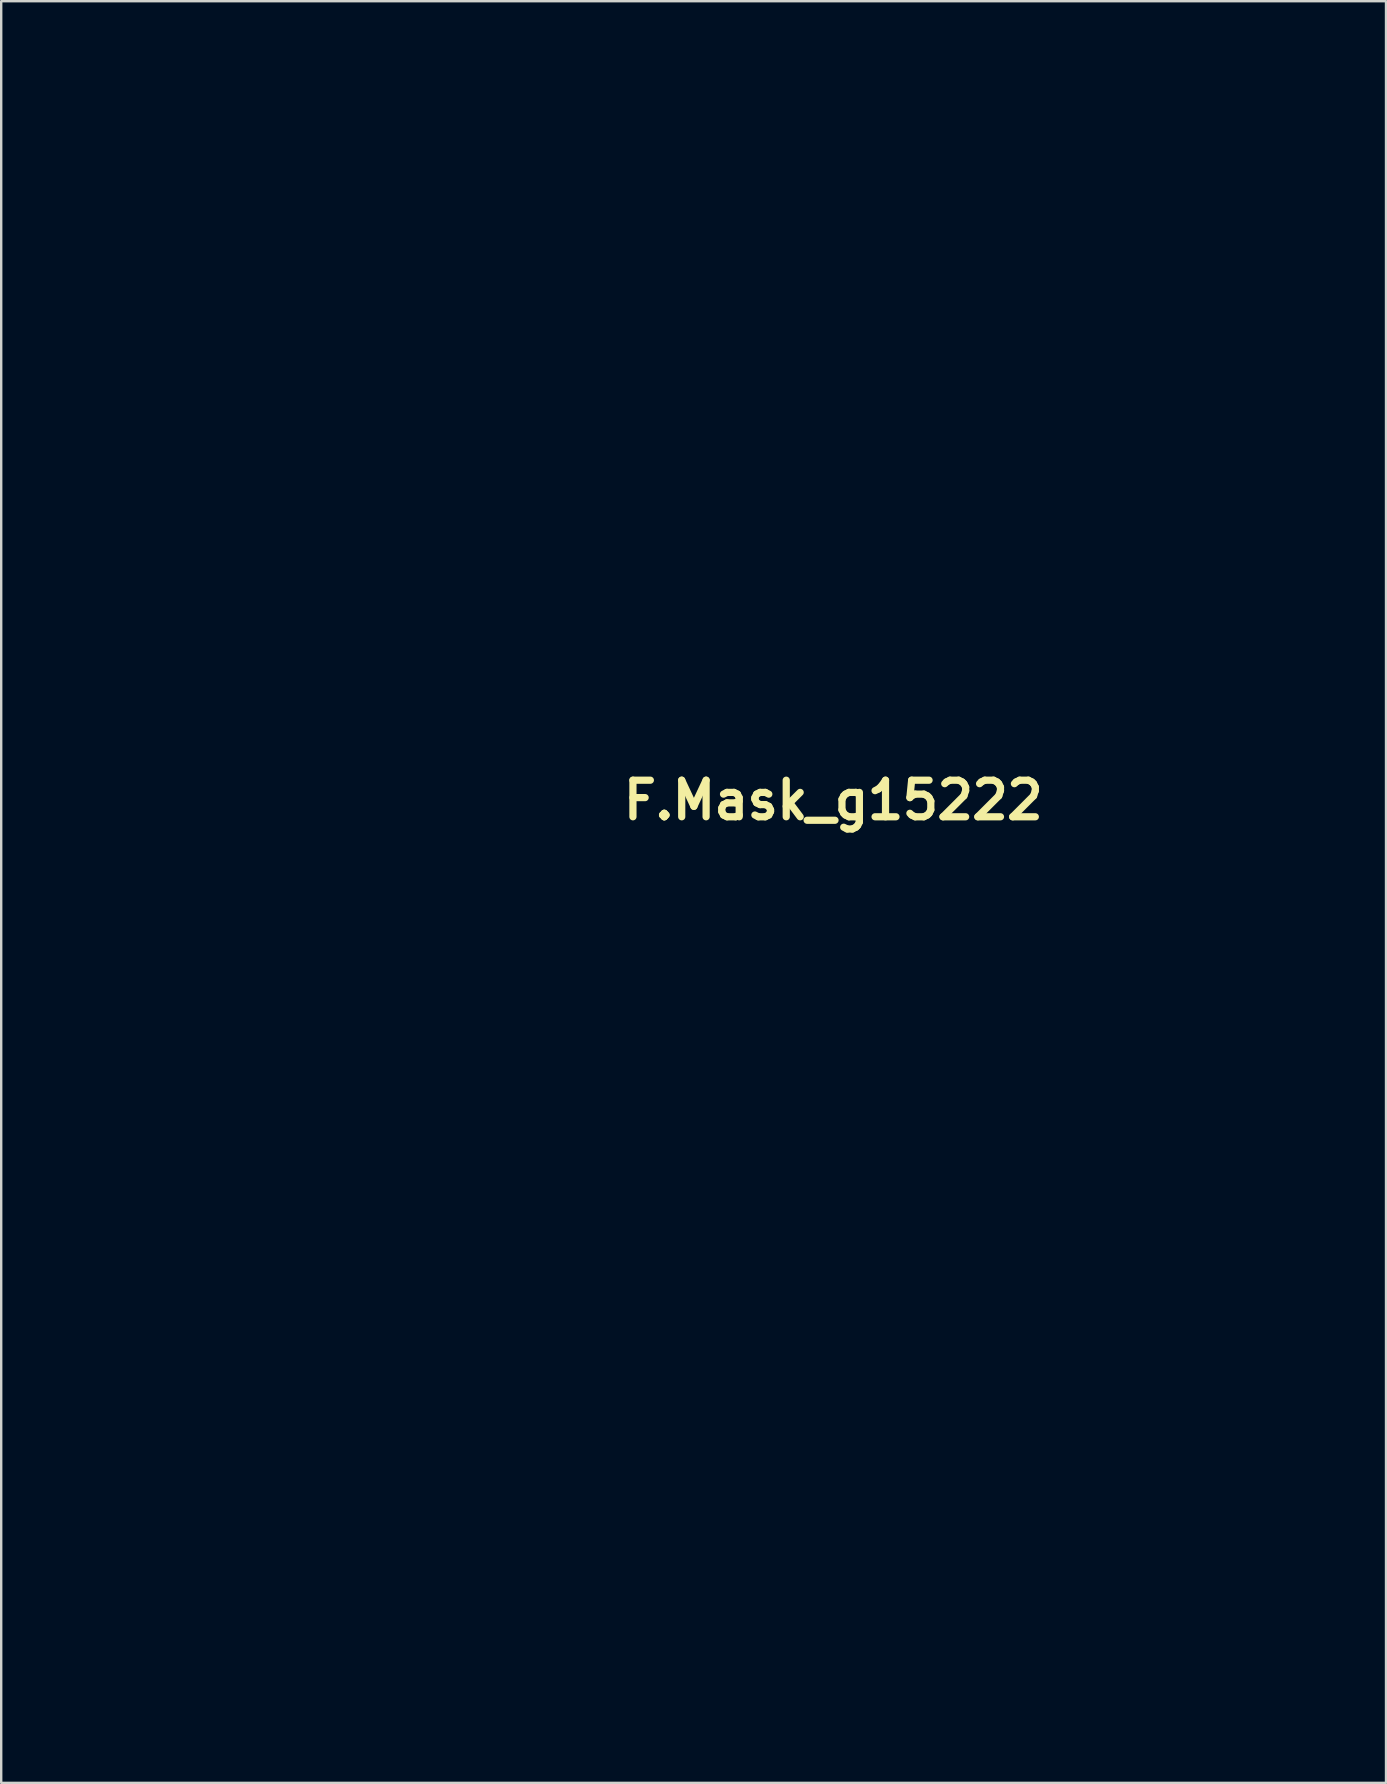
<source format=kicad_pcb>
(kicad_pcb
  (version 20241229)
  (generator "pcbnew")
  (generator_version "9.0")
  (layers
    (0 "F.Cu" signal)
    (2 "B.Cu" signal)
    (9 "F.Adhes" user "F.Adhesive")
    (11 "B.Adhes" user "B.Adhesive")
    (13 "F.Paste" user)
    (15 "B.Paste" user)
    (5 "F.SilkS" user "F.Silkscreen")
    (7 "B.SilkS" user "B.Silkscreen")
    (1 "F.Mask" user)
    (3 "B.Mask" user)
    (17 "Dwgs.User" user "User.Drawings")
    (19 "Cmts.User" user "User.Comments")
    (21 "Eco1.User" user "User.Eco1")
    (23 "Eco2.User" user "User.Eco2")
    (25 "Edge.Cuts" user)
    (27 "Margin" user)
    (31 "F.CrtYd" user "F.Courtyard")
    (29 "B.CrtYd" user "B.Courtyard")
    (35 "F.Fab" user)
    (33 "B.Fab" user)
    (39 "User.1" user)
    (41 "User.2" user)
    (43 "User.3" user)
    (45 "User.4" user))
  (footprint "F.Mask_g15222"
    (layer "F.Cu")
    (at 31.665 30.289)
    (property "Reference" "F.Mask_g15222" (at 0 0 0) (layer "F.SilkS") (effects (font (size 1.524 1.524) (thickness 0.3))))
    (attr through_hole)
    (fp_poly (pts (xy -8.615 -10.604) (xy -9.366 -10.593) (xy -10.118 -10.581) (xy -10.118 -11.261) (xy -8.59 -11.261) (xy -8.615 -10.604)) (stroke (width 0.01) (type solid)) (fill yes) (layer "F.Mask"))
    (fp_poly (pts (xy -8.615 -8.065) (xy -9.366 -8.053) (xy -10.118 -8.041) (xy -10.118 -8.721) (xy -8.59 -8.721) (xy -8.615 -8.065)) (stroke (width 0.01) (type solid)) (fill yes) (layer "F.Mask"))
    (fp_poly (pts (xy 11.197 -6.964) (xy 10.573 -6.952) (xy 9.948 -6.94) (xy 9.948 -9.567) (xy 11.22 -9.567) (xy 11.197 -6.964)) (stroke (width 0.01) (type solid)) (fill yes) (layer "F.Mask"))
    (fp_poly (pts (xy 11.197 0.656) (xy 10.573 0.668) (xy 9.948 0.68) (xy 9.948 -1.947) (xy 11.22 -1.947) (xy 11.197 0.656)) (stroke (width 0.01) (type solid)) (fill yes) (layer "F.Mask"))
    (fp_poly (pts (xy 11.197 5.397) (xy 10.53 5.409) (xy 9.864 5.421) (xy 9.864 2.794) (xy 11.22 2.794) (xy 11.197 5.397)) (stroke (width 0.01) (type solid)) (fill yes) (layer "F.Mask"))
    (fp_poly (pts (xy 11.197 13.018) (xy 10.53 13.029) (xy 9.864 13.041) (xy 9.864 10.414) (xy 11.22 10.414) (xy 11.197 13.018)) (stroke (width 0.01) (type solid)) (fill yes) (layer "F.Mask"))
    (fp_poly (pts (xy 15.007 -6.964) (xy 14.383 -6.952) (xy 13.758 -6.94) (xy 13.758 -9.567) (xy 15.03 -9.567) (xy 15.007 -6.964)) (stroke (width 0.01) (type solid)) (fill yes) (layer "F.Mask"))
    (fp_poly (pts (xy 15.007 0.656) (xy 14.383 0.668) (xy 13.758 0.68) (xy 13.758 -1.947) (xy 15.03 -1.947) (xy 15.007 0.656)) (stroke (width 0.01) (type solid)) (fill yes) (layer "F.Mask"))
    (fp_poly (pts (xy 15.007 5.397) (xy 14.34 5.409) (xy 13.674 5.421) (xy 13.674 2.794) (xy 15.03 2.794) (xy 15.007 5.397)) (stroke (width 0.01) (type solid)) (fill yes) (layer "F.Mask"))
    (fp_poly (pts (xy 15.007 13.018) (xy 14.34 13.029) (xy 13.674 13.041) (xy 13.674 10.414) (xy 15.03 10.414) (xy 15.007 13.018)) (stroke (width 0.01) (type solid)) (fill yes) (layer "F.Mask"))
    (fp_poly (pts (xy 18.817 -6.964) (xy 18.193 -6.952) (xy 17.568 -6.94) (xy 17.568 -9.567) (xy 18.84 -9.567) (xy 18.817 -6.964)) (stroke (width 0.01) (type solid)) (fill yes) (layer "F.Mask"))
    (fp_poly (pts (xy 18.817 5.397) (xy 18.15 5.409) (xy 17.484 5.421) (xy 17.484 2.794) (xy 18.84 2.794) (xy 18.817 5.397)) (stroke (width 0.01) (type solid)) (fill yes) (layer "F.Mask"))
    (fp_poly (pts (xy -28.161 -4.964) (xy -28.173 -4.593) (xy -29.009 -4.582) (xy -29.845 -4.57) (xy -29.845 -5.334) (xy -28.148 -5.334) (xy -28.161 -4.964)) (stroke (width 0.01) (type solid)) (fill yes) (layer "F.Mask"))
    (fp_poly (pts (xy -7.249 33.221) (xy -7.26 34.099) (xy -7.61 34.112) (xy -7.96 34.124) (xy -7.938 35.962) (xy -7.587 35.974) (xy -7.237 35.987) (xy -7.249 36.948) (xy -7.26 37.91) (xy -9.102 37.932) (xy -9.102 35.983) (xy -8.34 35.983) (xy -8.34 34.121) (xy -9.271 34.121) (xy -9.271 32.343) (xy -7.237 32.343) (xy -7.249 33.221)) (stroke (width 0.01) (type solid)) (fill yes) (layer "F.Mask"))
    (fp_poly (pts (xy -17.212 0.211) (xy -16.968 0.298) (xy -16.775 0.44) (xy -16.633 0.623) (xy -16.546 0.833) (xy -16.515 1.056) (xy -16.542 1.28) (xy -16.629 1.491) (xy -16.778 1.674) (xy -16.975 1.81) (xy -17.158 1.871) (xy -17.387 1.902) (xy -17.627 1.903) (xy -17.844 1.872) (xy -17.949 1.838) (xy -18.156 1.708) (xy -18.321 1.526) (xy -18.434 1.31) (xy -18.482 1.081) (xy -18.474 0.933) (xy -18.39 0.678) (xy -18.242 0.469) (xy -18.04 0.313) (xy -17.792 0.215) (xy -17.507 0.18) (xy -17.212 0.211)) (stroke (width 0.01) (type solid)) (fill yes) (layer "F.Mask"))
    (fp_poly (pts (xy -17.213 -2.329) (xy -16.969 -2.242) (xy -16.775 -2.101) (xy -16.633 -1.92) (xy -16.545 -1.712) (xy -16.512 -1.49) (xy -16.536 -1.268) (xy -16.618 -1.058) (xy -16.759 -0.875) (xy -16.962 -0.731) (xy -17.028 -0.701) (xy -17.187 -0.659) (xy -17.394 -0.639) (xy -17.615 -0.641) (xy -17.816 -0.665) (xy -17.949 -0.702) (xy -18.156 -0.832) (xy -18.321 -1.014) (xy -18.434 -1.23) (xy -18.482 -1.459) (xy -18.474 -1.607) (xy -18.39 -1.862) (xy -18.242 -2.071) (xy -18.04 -2.227) (xy -17.792 -2.325) (xy -17.508 -2.36) (xy -17.213 -2.329)) (stroke (width 0.01) (type solid)) (fill yes) (layer "F.Mask"))
    (fp_poly (pts (xy -17.23 -25.189) (xy -16.984 -25.106) (xy -16.788 -24.968) (xy -16.643 -24.789) (xy -16.551 -24.583) (xy -16.514 -24.362) (xy -16.534 -24.14) (xy -16.611 -23.93) (xy -16.749 -23.745) (xy -16.947 -23.599) (xy -17.028 -23.561) (xy -17.179 -23.521) (xy -17.374 -23.5) (xy -17.585 -23.498) (xy -17.782 -23.514) (xy -17.935 -23.55) (xy -17.971 -23.565) (xy -18.182 -23.715) (xy -18.344 -23.91) (xy -18.448 -24.132) (xy -18.483 -24.363) (xy -18.474 -24.467) (xy -18.39 -24.722) (xy -18.243 -24.93) (xy -18.04 -25.085) (xy -17.791 -25.182) (xy -17.505 -25.216) (xy -17.23 -25.189)) (stroke (width 0.01) (type solid)) (fill yes) (layer "F.Mask"))
    (fp_poly (pts (xy -17.23 -9.949) (xy -16.984 -9.866) (xy -16.788 -9.728) (xy -16.643 -9.549) (xy -16.551 -9.343) (xy -16.514 -9.122) (xy -16.534 -8.9) (xy -16.611 -8.69) (xy -16.749 -8.505) (xy -16.947 -8.359) (xy -17.028 -8.321) (xy -17.179 -8.281) (xy -17.374 -8.26) (xy -17.585 -8.258) (xy -17.782 -8.274) (xy -17.935 -8.31) (xy -17.971 -8.325) (xy -18.182 -8.475) (xy -18.344 -8.67) (xy -18.448 -8.892) (xy -18.483 -9.123) (xy -18.474 -9.227) (xy -18.39 -9.482) (xy -18.243 -9.69) (xy -18.04 -9.845) (xy -17.791 -9.942) (xy -17.505 -9.976) (xy -17.23 -9.949)) (stroke (width 0.01) (type solid)) (fill yes) (layer "F.Mask"))
    (fp_poly (pts (xy -17.219 -15.031) (xy -16.974 -14.943) (xy -16.78 -14.803) (xy -16.637 -14.622) (xy -16.548 -14.414) (xy -16.513 -14.192) (xy -16.536 -13.97) (xy -16.617 -13.76) (xy -16.757 -13.577) (xy -16.959 -13.433) (xy -17.028 -13.401) (xy -17.179 -13.361) (xy -17.374 -13.34) (xy -17.585 -13.338) (xy -17.782 -13.354) (xy -17.935 -13.39) (xy -17.971 -13.405) (xy -18.193 -13.563) (xy -18.358 -13.765) (xy -18.438 -13.946) (xy -18.477 -14.205) (xy -18.44 -14.444) (xy -18.338 -14.655) (xy -18.178 -14.829) (xy -17.969 -14.96) (xy -17.721 -15.039) (xy -17.44 -15.058) (xy -17.219 -15.031)) (stroke (width 0.01) (type solid)) (fill yes) (layer "F.Mask"))
    (fp_poly (pts (xy -17.219 -12.491) (xy -16.974 -12.403) (xy -16.78 -12.263) (xy -16.637 -12.082) (xy -16.548 -11.874) (xy -16.513 -11.652) (xy -16.536 -11.43) (xy -16.617 -11.22) (xy -16.757 -11.037) (xy -16.959 -10.893) (xy -17.028 -10.861) (xy -17.179 -10.821) (xy -17.374 -10.8) (xy -17.585 -10.798) (xy -17.782 -10.814) (xy -17.935 -10.85) (xy -17.971 -10.865) (xy -18.193 -11.023) (xy -18.358 -11.225) (xy -18.438 -11.406) (xy -18.477 -11.665) (xy -18.44 -11.904) (xy -18.338 -12.115) (xy -18.178 -12.289) (xy -17.969 -12.42) (xy -17.721 -12.499) (xy -17.44 -12.518) (xy -17.219 -12.491)) (stroke (width 0.01) (type solid)) (fill yes) (layer "F.Mask"))
    (fp_poly (pts (xy -17.219 -7.411) (xy -16.974 -7.323) (xy -16.78 -7.183) (xy -16.637 -7.002) (xy -16.548 -6.794) (xy -16.513 -6.572) (xy -16.536 -6.35) (xy -16.617 -6.14) (xy -16.757 -5.957) (xy -16.959 -5.813) (xy -17.028 -5.781) (xy -17.179 -5.741) (xy -17.374 -5.72) (xy -17.585 -5.718) (xy -17.782 -5.734) (xy -17.935 -5.77) (xy -17.971 -5.785) (xy -18.193 -5.943) (xy -18.358 -6.145) (xy -18.438 -6.326) (xy -18.477 -6.585) (xy -18.44 -6.824) (xy -18.338 -7.035) (xy -18.178 -7.209) (xy -17.969 -7.34) (xy -17.721 -7.419) (xy -17.44 -7.438) (xy -17.219 -7.411)) (stroke (width 0.01) (type solid)) (fill yes) (layer "F.Mask"))
    (fp_poly (pts (xy -17.219 -4.871) (xy -16.974 -4.783) (xy -16.78 -4.643) (xy -16.637 -4.462) (xy -16.548 -4.254) (xy -16.513 -4.032) (xy -16.536 -3.81) (xy -16.617 -3.6) (xy -16.757 -3.417) (xy -16.959 -3.273) (xy -17.028 -3.241) (xy -17.179 -3.201) (xy -17.374 -3.18) (xy -17.585 -3.178) (xy -17.782 -3.194) (xy -17.935 -3.23) (xy -17.971 -3.245) (xy -18.193 -3.403) (xy -18.358 -3.605) (xy -18.438 -3.786) (xy -18.477 -4.045) (xy -18.44 -4.284) (xy -18.338 -4.495) (xy -18.178 -4.669) (xy -17.969 -4.8) (xy -17.721 -4.879) (xy -17.44 -4.898) (xy -17.219 -4.871)) (stroke (width 0.01) (type solid)) (fill yes) (layer "F.Mask"))
    (fp_poly (pts (xy -17.219 2.749) (xy -16.974 2.837) (xy -16.78 2.977) (xy -16.637 3.158) (xy -16.548 3.366) (xy -16.513 3.588) (xy -16.536 3.81) (xy -16.617 4.02) (xy -16.757 4.203) (xy -16.959 4.347) (xy -17.028 4.379) (xy -17.179 4.419) (xy -17.374 4.44) (xy -17.585 4.442) (xy -17.782 4.426) (xy -17.935 4.39) (xy -17.971 4.375) (xy -18.193 4.217) (xy -18.358 4.015) (xy -18.438 3.834) (xy -18.477 3.575) (xy -18.44 3.336) (xy -18.338 3.125) (xy -18.178 2.951) (xy -17.969 2.82) (xy -17.721 2.741) (xy -17.44 2.722) (xy -17.219 2.749)) (stroke (width 0.01) (type solid)) (fill yes) (layer "F.Mask"))
    (fp_poly (pts (xy -5.602 22.043) (xy -5.389 22.121) (xy -5.174 22.271) (xy -5.017 22.467) (xy -4.92 22.695) (xy -4.881 22.94) (xy -4.901 23.188) (xy -4.981 23.423) (xy -5.119 23.632) (xy -5.317 23.799) (xy -5.384 23.837) (xy -5.592 23.909) (xy -5.833 23.941) (xy -6.065 23.927) (xy -6.163 23.903) (xy -6.412 23.781) (xy -6.606 23.601) (xy -6.74 23.374) (xy -6.809 23.11) (xy -6.808 22.82) (xy -6.77 22.633) (xy -6.691 22.47) (xy -6.556 22.305) (xy -6.391 22.165) (xy -6.22 22.073) (xy -6.197 22.065) (xy -5.894 22.014) (xy -5.602 22.043)) (stroke (width 0.01) (type solid)) (fill yes) (layer "F.Mask"))
    (fp_poly (pts (xy -5.602 24.583) (xy -5.389 24.661) (xy -5.174 24.811) (xy -5.017 25.007) (xy -4.92 25.235) (xy -4.881 25.48) (xy -4.901 25.728) (xy -4.981 25.963) (xy -5.119 26.172) (xy -5.317 26.339) (xy -5.384 26.377) (xy -5.592 26.449) (xy -5.833 26.481) (xy -6.065 26.467) (xy -6.163 26.443) (xy -6.412 26.321) (xy -6.606 26.141) (xy -6.74 25.914) (xy -6.809 25.65) (xy -6.808 25.36) (xy -6.77 25.173) (xy -6.691 25.01) (xy -6.556 24.845) (xy -6.391 24.705) (xy -6.22 24.613) (xy -6.197 24.605) (xy -5.894 24.554) (xy -5.602 24.583)) (stroke (width 0.01) (type solid)) (fill yes) (layer "F.Mask"))
    (fp_poly (pts (xy 5.63 -25.189) (xy 5.876 -25.105) (xy 6.072 -24.967) (xy 6.217 -24.787) (xy 6.309 -24.579) (xy 6.344 -24.357) (xy 6.322 -24.134) (xy 6.24 -23.922) (xy 6.095 -23.737) (xy 5.886 -23.59) (xy 5.885 -23.59) (xy 5.717 -23.533) (xy 5.505 -23.5) (xy 5.279 -23.493) (xy 5.07 -23.511) (xy 4.907 -23.557) (xy 4.889 -23.565) (xy 4.678 -23.715) (xy 4.516 -23.91) (xy 4.412 -24.132) (xy 4.377 -24.363) (xy 4.386 -24.467) (xy 4.47 -24.722) (xy 4.617 -24.93) (xy 4.82 -25.085) (xy 5.069 -25.182) (xy 5.355 -25.216) (xy 5.63 -25.189)) (stroke (width 0.01) (type solid)) (fill yes) (layer "F.Mask"))
    (fp_poly (pts (xy 5.63 -17.569) (xy 5.876 -17.485) (xy 6.072 -17.347) (xy 6.217 -17.167) (xy 6.309 -16.959) (xy 6.344 -16.737) (xy 6.322 -16.514) (xy 6.24 -16.302) (xy 6.095 -16.117) (xy 5.886 -15.97) (xy 5.885 -15.97) (xy 5.717 -15.913) (xy 5.505 -15.88) (xy 5.279 -15.873) (xy 5.07 -15.891) (xy 4.907 -15.937) (xy 4.889 -15.945) (xy 4.678 -16.095) (xy 4.516 -16.29) (xy 4.412 -16.512) (xy 4.377 -16.743) (xy 4.386 -16.847) (xy 4.47 -17.102) (xy 4.617 -17.31) (xy 4.82 -17.465) (xy 5.069 -17.562) (xy 5.355 -17.596) (xy 5.63 -17.569)) (stroke (width 0.01) (type solid)) (fill yes) (layer "F.Mask"))
    (fp_poly (pts (xy 5.639 -2.331) (xy 5.886 -2.243) (xy 6.082 -2.101) (xy 6.226 -1.918) (xy 6.314 -1.708) (xy 6.345 -1.484) (xy 6.317 -1.259) (xy 6.227 -1.048) (xy 6.074 -0.862) (xy 5.888 -0.734) (xy 5.769 -0.68) (xy 5.644 -0.65) (xy 5.483 -0.638) (xy 5.359 -0.637) (xy 5.106 -0.65) (xy 4.931 -0.687) (xy 4.889 -0.705) (xy 4.678 -0.855) (xy 4.516 -1.05) (xy 4.412 -1.272) (xy 4.377 -1.503) (xy 4.386 -1.607) (xy 4.47 -1.862) (xy 4.618 -2.07) (xy 4.82 -2.226) (xy 5.068 -2.325) (xy 5.35 -2.361) (xy 5.639 -2.331)) (stroke (width 0.01) (type solid)) (fill yes) (layer "F.Mask"))
    (fp_poly (pts (xy -5.692 19.486) (xy -5.468 19.541) (xy -5.44 19.553) (xy -5.214 19.697) (xy -5.046 19.888) (xy -4.937 20.112) (xy -4.885 20.355) (xy -4.893 20.603) (xy -4.96 20.84) (xy -5.087 21.055) (xy -5.274 21.231) (xy -5.384 21.297) (xy -5.592 21.369) (xy -5.833 21.401) (xy -6.065 21.387) (xy -6.163 21.363) (xy -6.412 21.241) (xy -6.606 21.061) (xy -6.74 20.834) (xy -6.809 20.57) (xy -6.808 20.28) (xy -6.77 20.093) (xy -6.691 19.93) (xy -6.556 19.765) (xy -6.391 19.625) (xy -6.22 19.533) (xy -6.197 19.525) (xy -5.947 19.48) (xy -5.692 19.486)) (stroke (width 0.01) (type solid)) (fill yes) (layer "F.Mask"))
    (fp_poly (pts (xy -17.355 -30.284) (xy -17.104 -30.235) (xy -16.893 -30.138) (xy -16.85 -30.107) (xy -16.671 -29.917) (xy -16.56 -29.698) (xy -16.515 -29.464) (xy -16.535 -29.229) (xy -16.617 -29.009) (xy -16.76 -28.818) (xy -16.962 -28.671) (xy -17.028 -28.641) (xy -17.179 -28.601) (xy -17.374 -28.58) (xy -17.585 -28.578) (xy -17.782 -28.594) (xy -17.935 -28.63) (xy -17.971 -28.645) (xy -18.182 -28.795) (xy -18.344 -28.99) (xy -18.448 -29.212) (xy -18.483 -29.443) (xy -18.474 -29.547) (xy -18.411 -29.746) (xy -18.302 -29.938) (xy -18.166 -30.091) (xy -18.103 -30.138) (xy -17.879 -30.236) (xy -17.622 -30.284) (xy -17.355 -30.284)) (stroke (width 0.01) (type solid)) (fill yes) (layer "F.Mask"))
    (fp_poly (pts (xy -17.355 -22.664) (xy -17.104 -22.615) (xy -16.893 -22.518) (xy -16.85 -22.487) (xy -16.671 -22.297) (xy -16.56 -22.078) (xy -16.515 -21.844) (xy -16.535 -21.609) (xy -16.617 -21.389) (xy -16.76 -21.198) (xy -16.962 -21.051) (xy -17.028 -21.021) (xy -17.179 -20.981) (xy -17.374 -20.96) (xy -17.585 -20.958) (xy -17.782 -20.974) (xy -17.935 -21.01) (xy -17.971 -21.025) (xy -18.182 -21.175) (xy -18.344 -21.37) (xy -18.448 -21.592) (xy -18.483 -21.823) (xy -18.474 -21.927) (xy -18.411 -22.126) (xy -18.302 -22.318) (xy -18.166 -22.471) (xy -18.103 -22.518) (xy -17.879 -22.616) (xy -17.622 -22.664) (xy -17.355 -22.664)) (stroke (width 0.01) (type solid)) (fill yes) (layer "F.Mask"))
    (fp_poly (pts (xy -22.848 7.403) (xy -22.637 7.455) (xy -22.458 7.553) (xy -22.285 7.706) (xy -22.28 7.712) (xy -22.12 7.937) (xy -22.02 8.203) (xy -21.984 8.488) (xy -22.01 8.775) (xy -22.102 9.043) (xy -22.196 9.198) (xy -22.387 9.386) (xy -22.631 9.525) (xy -22.908 9.61) (xy -23.196 9.634) (xy -23.465 9.594) (xy -23.705 9.488) (xy -23.926 9.32) (xy -24.077 9.145) (xy -24.198 8.898) (xy -24.254 8.621) (xy -24.247 8.335) (xy -24.179 8.061) (xy -24.051 7.818) (xy -23.966 7.715) (xy -23.793 7.561) (xy -23.618 7.461) (xy -23.415 7.407) (xy -23.159 7.388) (xy -23.114 7.388) (xy -22.848 7.403)) (stroke (width 0.01) (type solid)) (fill yes) (layer "F.Mask"))
    (fp_poly (pts (xy -22.848 2.408) (xy -22.637 2.46) (xy -22.458 2.558) (xy -22.285 2.711) (xy -22.28 2.716) (xy -22.12 2.942) (xy -22.02 3.207) (xy -21.984 3.493) (xy -22.01 3.78) (xy -22.102 4.047) (xy -22.196 4.202) (xy -22.387 4.39) (xy -22.631 4.53) (xy -22.908 4.615) (xy -23.196 4.639) (xy -23.465 4.599) (xy -23.726 4.484) (xy -23.943 4.307) (xy -24.109 4.081) (xy -24.218 3.819) (xy -24.262 3.535) (xy -24.236 3.241) (xy -24.195 3.095) (xy -24.065 2.838) (xy -23.873 2.633) (xy -23.696 2.515) (xy -23.573 2.453) (xy -23.464 2.416) (xy -23.338 2.398) (xy -23.164 2.392) (xy -23.114 2.392) (xy -22.848 2.408)) (stroke (width 0.01) (type solid)) (fill yes) (layer "F.Mask"))
    (fp_poly (pts (xy -3.947 30.512) (xy -3.958 31.39) (xy -4.689 31.402) (xy -5.419 31.413) (xy -5.408 33.688) (xy -5.397 35.962) (xy -5.047 35.974) (xy -4.697 35.987) (xy -4.709 36.948) (xy -4.72 37.91) (xy -6.562 37.932) (xy -6.562 35.983) (xy -5.8 35.983) (xy -5.8 33.697) (xy -5.8 33.2) (xy -5.8 32.78) (xy -5.801 32.432) (xy -5.803 32.148) (xy -5.805 31.923) (xy -5.809 31.749) (xy -5.815 31.619) (xy -5.822 31.528) (xy -5.831 31.469) (xy -5.843 31.434) (xy -5.857 31.417) (xy -5.873 31.412) (xy -5.884 31.411) (xy -5.912 31.408) (xy -5.934 31.391) (xy -5.949 31.35) (xy -5.959 31.275) (xy -5.965 31.154) (xy -5.968 30.976) (xy -5.969 30.732) (xy -5.969 30.522) (xy -5.969 29.633) (xy -3.935 29.633) (xy -3.947 30.512)) (stroke (width 0.01) (type solid)) (fill yes) (layer "F.Mask"))
    (fp_poly (pts (xy -12.029 29.586) (xy -11.824 29.683) (xy -11.665 29.828) (xy -11.554 30.01) (xy -11.494 30.214) (xy -11.488 30.429) (xy -11.539 30.64) (xy -11.65 30.835) (xy -11.823 31.002) (xy -11.945 31.076) (xy -12.11 31.16) (xy -12.098 31.741) (xy -12.086 32.322) (xy -11.217 32.346) (xy -11.239 34.099) (xy -12.245 34.111) (xy -13.25 34.122) (xy -13.25 32.343) (xy -12.488 32.343) (xy -12.488 31.732) (xy -12.489 31.493) (xy -12.492 31.325) (xy -12.499 31.216) (xy -12.512 31.15) (xy -12.534 31.115) (xy -12.566 31.097) (xy -12.584 31.091) (xy -12.777 30.99) (xy -12.927 30.831) (xy -13.03 30.633) (xy -13.08 30.411) (xy -13.074 30.185) (xy -13.008 29.97) (xy -12.898 29.808) (xy -12.735 29.681) (xy -12.526 29.591) (xy -12.306 29.551) (xy -12.277 29.551) (xy -12.029 29.586)) (stroke (width 0.01) (type solid)) (fill yes) (layer "F.Mask"))
    (fp_poly (pts (xy -8.981 26.792) (xy -8.776 26.889) (xy -8.617 27.034) (xy -8.506 27.216) (xy -8.446 27.42) (xy -8.44 27.635) (xy -8.491 27.846) (xy -8.602 28.041) (xy -8.775 28.208) (xy -8.896 28.282) (xy -9.062 28.366) (xy -9.038 29.612) (xy -8.476 29.624) (xy -7.915 29.636) (xy -7.926 30.513) (xy -7.938 31.39) (xy -8.943 31.402) (xy -9.948 31.413) (xy -9.948 29.633) (xy -9.44 29.633) (xy -9.44 28.98) (xy -9.441 28.732) (xy -9.443 28.556) (xy -9.45 28.438) (xy -9.462 28.366) (xy -9.481 28.326) (xy -9.51 28.306) (xy -9.536 28.297) (xy -9.729 28.196) (xy -9.879 28.037) (xy -9.982 27.839) (xy -10.032 27.617) (xy -10.026 27.391) (xy -9.96 27.176) (xy -9.85 27.014) (xy -9.687 26.887) (xy -9.478 26.797) (xy -9.258 26.757) (xy -9.229 26.757) (xy -8.981 26.792)) (stroke (width 0.01) (type solid)) (fill yes) (layer "F.Mask"))
    (fp_poly (pts (xy 6.194 28.433) (xy 6.407 28.539) (xy 6.507 28.626) (xy 6.591 28.719) (xy 6.655 28.81) (xy 6.703 28.913) (xy 6.735 29.039) (xy 6.756 29.203) (xy 6.768 29.416) (xy 6.773 29.691) (xy 6.773 29.943) (xy 6.773 30.236) (xy 6.771 30.458) (xy 6.765 30.622) (xy 6.756 30.741) (xy 6.741 30.829) (xy 6.719 30.899) (xy 6.689 30.965) (xy 6.675 30.992) (xy 6.523 31.196) (xy 6.323 31.344) (xy 6.091 31.431) (xy 5.846 31.449) (xy 5.604 31.393) (xy 5.566 31.377) (xy 5.346 31.229) (xy 5.18 31.023) (xy 5.081 30.775) (xy 5.08 30.768) (xy 5.059 30.618) (xy 5.046 30.393) (xy 5.041 30.101) (xy 5.044 29.782) (xy 5.051 29.505) (xy 5.058 29.298) (xy 5.068 29.147) (xy 5.083 29.037) (xy 5.104 28.953) (xy 5.134 28.882) (xy 5.155 28.84) (xy 5.304 28.642) (xy 5.499 28.499) (xy 5.724 28.415) (xy 5.961 28.392) (xy 6.194 28.433)) (stroke (width 0.01) (type solid)) (fill yes) (layer "F.Mask"))
    (fp_poly (pts (xy 11.19 28.433) (xy 11.402 28.539) (xy 11.503 28.626) (xy 11.586 28.719) (xy 11.651 28.81) (xy 11.698 28.913) (xy 11.731 29.039) (xy 11.751 29.203) (xy 11.763 29.416) (xy 11.768 29.691) (xy 11.769 29.943) (xy 11.768 30.236) (xy 11.766 30.458) (xy 11.761 30.622) (xy 11.751 30.741) (xy 11.736 30.829) (xy 11.714 30.899) (xy 11.684 30.965) (xy 11.67 30.992) (xy 11.519 31.196) (xy 11.318 31.344) (xy 11.086 31.431) (xy 10.841 31.449) (xy 10.599 31.393) (xy 10.562 31.377) (xy 10.341 31.229) (xy 10.175 31.023) (xy 10.077 30.775) (xy 10.075 30.768) (xy 10.054 30.618) (xy 10.042 30.393) (xy 10.037 30.101) (xy 10.04 29.782) (xy 10.046 29.505) (xy 10.053 29.298) (xy 10.064 29.147) (xy 10.078 29.037) (xy 10.1 28.953) (xy 10.129 28.882) (xy 10.15 28.84) (xy 10.299 28.642) (xy 10.494 28.499) (xy 10.719 28.415) (xy 10.956 28.392) (xy 11.19 28.433)) (stroke (width 0.01) (type solid)) (fill yes) (layer "F.Mask"))
    (fp_poly (pts (xy -17.706 28.474) (xy -17.491 28.531) (xy -17.296 28.631) (xy -17.199 28.711) (xy -17.115 28.804) (xy -17.051 28.895) (xy -17.004 28.998) (xy -16.971 29.124) (xy -16.95 29.288) (xy -16.939 29.501) (xy -16.934 29.777) (xy -16.933 30.027) (xy -16.934 30.321) (xy -16.936 30.543) (xy -16.941 30.706) (xy -16.951 30.826) (xy -16.966 30.914) (xy -16.988 30.984) (xy -17.018 31.049) (xy -17.032 31.077) (xy -17.183 31.281) (xy -17.384 31.429) (xy -17.616 31.515) (xy -17.861 31.534) (xy -18.103 31.478) (xy -18.14 31.462) (xy -18.363 31.313) (xy -18.527 31.106) (xy -18.624 30.852) (xy -18.627 30.837) (xy -18.647 30.683) (xy -18.66 30.456) (xy -18.665 30.169) (xy -18.662 29.851) (xy -18.657 29.581) (xy -18.65 29.382) (xy -18.641 29.237) (xy -18.627 29.133) (xy -18.605 29.053) (xy -18.575 28.983) (xy -18.533 28.909) (xy -18.53 28.904) (xy -18.368 28.706) (xy -18.151 28.557) (xy -17.906 28.474) (xy -17.905 28.474) (xy -17.706 28.474)) (stroke (width 0.01) (type solid)) (fill yes) (layer "F.Mask"))
    (fp_poly (pts (xy -22.701 28.474) (xy -22.486 28.531) (xy -22.291 28.631) (xy -22.194 28.711) (xy -22.111 28.804) (xy -22.046 28.895) (xy -21.999 28.998) (xy -21.967 29.124) (xy -21.946 29.288) (xy -21.934 29.501) (xy -21.929 29.777) (xy -21.929 30.027) (xy -21.929 30.321) (xy -21.931 30.543) (xy -21.937 30.706) (xy -21.946 30.826) (xy -21.961 30.914) (xy -21.983 30.984) (xy -22.013 31.049) (xy -22.027 31.077) (xy -22.179 31.281) (xy -22.38 31.43) (xy -22.613 31.516) (xy -22.859 31.533) (xy -23.102 31.476) (xy -23.138 31.461) (xy -23.35 31.317) (xy -23.513 31.113) (xy -23.615 30.868) (xy -23.625 30.827) (xy -23.642 30.689) (xy -23.654 30.481) (xy -23.66 30.219) (xy -23.659 29.918) (xy -23.658 29.851) (xy -23.652 29.581) (xy -23.646 29.382) (xy -23.636 29.237) (xy -23.622 29.133) (xy -23.601 29.053) (xy -23.57 28.983) (xy -23.529 28.909) (xy -23.526 28.904) (xy -23.363 28.706) (xy -23.147 28.557) (xy -22.902 28.474) (xy -22.9 28.474) (xy -22.701 28.474)) (stroke (width 0.01) (type solid)) (fill yes) (layer "F.Mask"))
    (fp_poly (pts (xy -20.044 -5.476) (xy -19.77 -5.195) (xy -19.77 -4.389) (xy -20.264 -3.895) (xy -20.569 -3.895) (xy -20.736 -3.898) (xy -20.844 -3.914) (xy -20.918 -3.947) (xy -20.976 -3.996) (xy -21.049 -4.058) (xy -21.096 -4.077) (xy -21.099 -4.076) (xy -21.136 -4.095) (xy -21.22 -4.162) (xy -21.34 -4.268) (xy -21.479 -4.398) (xy -21.838 -4.741) (xy -22.323 -4.741) (xy -22.532 -4.74) (xy -22.672 -4.735) (xy -22.758 -4.724) (xy -22.804 -4.704) (xy -22.825 -4.673) (xy -22.83 -4.657) (xy -22.842 -4.627) (xy -22.867 -4.605) (xy -22.917 -4.59) (xy -23.004 -4.58) (xy -23.14 -4.575) (xy -23.335 -4.573) (xy -23.602 -4.572) (xy -23.639 -4.572) (xy -24.426 -4.572) (xy -24.426 -5.334) (xy -23.622 -5.334) (xy -23.343 -5.334) (xy -23.137 -5.332) (xy -22.993 -5.327) (xy -22.901 -5.319) (xy -22.848 -5.305) (xy -22.824 -5.286) (xy -22.818 -5.258) (xy -22.818 -5.249) (xy -22.812 -5.213) (xy -22.787 -5.188) (xy -22.726 -5.174) (xy -22.617 -5.167) (xy -22.443 -5.165) (xy -22.345 -5.165) (xy -21.872 -5.165) (xy -21.566 -5.461) (xy -21.26 -5.757) (xy -20.318 -5.757) (xy -20.044 -5.476)) (stroke (width 0.01) (type solid)) (fill yes) (layer "F.Mask"))
    (fp_poly (pts (xy -20.35 -8.391) (xy -20.108 -8.147) (xy -20.108 -6.929) (xy -20.356 -6.682) (xy -20.603 -6.435) (xy -20.896 -6.435) (xy -21.123 -6.449) (xy -21.273 -6.492) (xy -21.353 -6.567) (xy -21.365 -6.677) (xy -21.363 -6.693) (xy -21.362 -6.797) (xy -21.411 -6.854) (xy -21.45 -6.86) (xy -21.507 -6.837) (xy -21.589 -6.776) (xy -21.708 -6.67) (xy -21.872 -6.512) (xy -21.933 -6.453) (xy -22.382 -6.011) (xy -22.595 -6.011) (xy -22.726 -6.006) (xy -22.796 -5.983) (xy -22.827 -5.936) (xy -22.83 -5.927) (xy -22.842 -5.897) (xy -22.867 -5.875) (xy -22.917 -5.86) (xy -23.004 -5.85) (xy -23.14 -5.845) (xy -23.335 -5.843) (xy -23.602 -5.842) (xy -23.639 -5.842) (xy -24.426 -5.842) (xy -24.426 -6.604) (xy -23.622 -6.604) (xy -23.343 -6.604) (xy -23.137 -6.602) (xy -22.993 -6.597) (xy -22.901 -6.589) (xy -22.848 -6.575) (xy -22.824 -6.556) (xy -22.818 -6.528) (xy -22.818 -6.519) (xy -22.802 -6.463) (xy -22.742 -6.439) (xy -22.658 -6.435) (xy -22.586 -6.44) (xy -22.521 -6.461) (xy -22.448 -6.51) (xy -22.355 -6.596) (xy -22.226 -6.731) (xy -22.15 -6.813) (xy -21.802 -7.19) (xy -21.802 -8.1) (xy -21.265 -8.636) (xy -20.593 -8.636) (xy -20.35 -8.391)) (stroke (width 0.01) (type solid)) (fill yes) (layer "F.Mask"))
    (fp_poly (pts (xy -10.598 2.378) (xy -10.359 2.473) (xy -10.15 2.63) (xy -9.987 2.846) (xy -9.97 2.877) (xy -9.864 3.088) (xy -9.865 4.306) (xy -9.866 4.69) (xy -9.869 5) (xy -9.877 5.246) (xy -9.89 5.437) (xy -9.912 5.586) (xy -9.943 5.701) (xy -9.986 5.793) (xy -10.043 5.872) (xy -10.115 5.949) (xy -10.165 5.999) (xy -10.387 6.154) (xy -10.642 6.246) (xy -10.912 6.27) (xy -11.174 6.223) (xy -11.307 6.167) (xy -11.5 6.026) (xy -11.668 5.834) (xy -11.786 5.619) (xy -11.812 5.541) (xy -11.828 5.435) (xy -11.839 5.25) (xy -11.845 4.989) (xy -11.848 4.659) (xy -11.846 4.326) (xy -10.994 4.326) (xy -10.963 4.384) (xy -10.875 4.441) (xy -10.777 4.414) (xy -10.732 4.376) (xy -10.679 4.278) (xy -10.707 4.182) (xy -10.763 4.132) (xy -10.858 4.111) (xy -10.94 4.151) (xy -10.991 4.23) (xy -10.994 4.326) (xy -11.846 4.326) (xy -11.846 4.263) (xy -11.845 4.22) (xy -11.841 3.856) (xy -11.835 3.567) (xy -11.825 3.34) (xy -11.811 3.164) (xy -11.789 3.03) (xy -11.758 2.925) (xy -11.715 2.839) (xy -11.659 2.761) (xy -11.588 2.68) (xy -11.563 2.653) (xy -11.351 2.481) (xy -11.109 2.379) (xy -10.854 2.346) (xy -10.598 2.378)) (stroke (width 0.01) (type solid)) (fill yes) (layer "F.Mask"))
    (fp_poly (pts (xy 1.825 -7.631) (xy 2.055 -7.387) (xy 2.05 -7.01) (xy 2.044 -6.632) (xy 1.656 -6.265) (xy 0.85 -6.265) (xy 0.616 -6.494) (xy 0.504 -6.612) (xy 0.421 -6.715) (xy 0.382 -6.784) (xy 0.381 -6.791) (xy 0.373 -6.813) (xy 0.342 -6.83) (xy 0.277 -6.842) (xy 0.17 -6.85) (xy 0.009 -6.855) (xy -0.216 -6.857) (xy -0.514 -6.858) (xy -0.548 -6.858) (xy -0.867 -6.856) (xy -1.129 -6.851) (xy -1.327 -6.842) (xy -1.454 -6.83) (xy -1.503 -6.816) (xy -1.554 -6.8) (xy -1.681 -6.788) (xy -1.876 -6.779) (xy -2.129 -6.774) (xy -2.31 -6.773) (xy -3.09 -6.773) (xy -3.09 -7.451) (xy -2.286 -7.451) (xy -2.007 -7.45) (xy -1.801 -7.448) (xy -1.657 -7.444) (xy -1.565 -7.435) (xy -1.512 -7.422) (xy -1.488 -7.402) (xy -1.482 -7.375) (xy -1.482 -7.366) (xy -1.479 -7.338) (xy -1.462 -7.317) (xy -1.422 -7.302) (xy -1.347 -7.292) (xy -1.227 -7.286) (xy -1.052 -7.283) (xy -0.81 -7.281) (xy -0.574 -7.281) (xy 0.333 -7.281) (xy 0.453 -7.46) (xy 0.564 -7.596) (xy 0.698 -7.722) (xy 0.741 -7.754) (xy 0.838 -7.814) (xy 0.93 -7.85) (xy 1.047 -7.867) (xy 1.216 -7.872) (xy 1.253 -7.873) (xy 1.596 -7.874) (xy 1.825 -7.631)) (stroke (width 0.01) (type solid)) (fill yes) (layer "F.Mask"))
    (fp_poly (pts (xy 5.646 -12.489) (xy 5.891 -12.402) (xy 6.086 -12.259) (xy 6.227 -12.076) (xy 6.314 -11.865) (xy 6.344 -11.641) (xy 6.314 -11.416) (xy 6.224 -11.204) (xy 6.07 -11.02) (xy 5.888 -10.893) (xy 5.699 -10.827) (xy 5.468 -10.794) (xy 5.226 -10.794) (xy 5.006 -10.828) (xy 4.877 -10.876) (xy 4.693 -10.999) (xy 4.541 -11.155) (xy 4.45 -11.311) (xy 4.406 -11.426) (xy 3.785 -11.438) (xy 3.518 -11.442) (xy 3.328 -11.437) (xy 3.205 -11.423) (xy 3.142 -11.397) (xy 3.129 -11.357) (xy 3.16 -11.3) (xy 3.173 -11.284) (xy 3.206 -11.199) (xy 3.21 -11.106) (xy 3.182 -11.019) (xy 3.109 -10.969) (xy 3.048 -10.951) (xy 2.916 -10.911) (xy 2.759 -10.855) (xy 2.701 -10.833) (xy 2.519 -10.78) (xy 2.291 -10.756) (xy 2.15 -10.753) (xy 1.796 -10.753) (xy 1.596 -10.955) (xy 1.397 -11.158) (xy 1.397 -11.881) (xy 1.592 -12.132) (xy 1.693 -12.258) (xy 1.778 -12.357) (xy 1.832 -12.411) (xy 1.835 -12.414) (xy 1.896 -12.427) (xy 2.021 -12.437) (xy 2.19 -12.444) (xy 2.329 -12.445) (xy 2.775 -12.446) (xy 3.069 -12.15) (xy 3.363 -11.853) (xy 4.382 -11.853) (xy 4.486 -12.051) (xy 4.641 -12.255) (xy 4.851 -12.404) (xy 5.106 -12.493) (xy 5.393 -12.519) (xy 5.646 -12.489)) (stroke (width 0.01) (type solid)) (fill yes) (layer "F.Mask"))
    (fp_poly (pts (xy -21.606 -21.582) (xy -21.366 -21.487) (xy -21.157 -21.33) (xy -20.993 -21.114) (xy -20.976 -21.081) (xy -20.945 -21.019) (xy -20.921 -20.961) (xy -20.903 -20.896) (xy -20.89 -20.812) (xy -20.881 -20.701) (xy -20.875 -20.55) (xy -20.872 -20.349) (xy -20.871 -20.088) (xy -20.87 -19.756) (xy -20.87 -19.649) (xy -20.87 -18.425) (xy -20.989 -18.198) (xy -21.151 -17.969) (xy -21.364 -17.808) (xy -21.622 -17.716) (xy -21.846 -17.695) (xy -22.049 -17.707) (xy -22.21 -17.747) (xy -22.314 -17.794) (xy -22.507 -17.934) (xy -22.674 -18.127) (xy -22.793 -18.341) (xy -22.819 -18.42) (xy -22.834 -18.526) (xy -22.845 -18.711) (xy -22.852 -18.971) (xy -22.854 -19.302) (xy -22.853 -19.55) (xy -22 -19.55) (xy -21.969 -19.492) (xy -21.882 -19.435) (xy -21.784 -19.462) (xy -21.739 -19.5) (xy -21.686 -19.598) (xy -21.714 -19.694) (xy -21.77 -19.744) (xy -21.865 -19.765) (xy -21.947 -19.725) (xy -21.998 -19.646) (xy -22 -19.55) (xy -22.853 -19.55) (xy -22.852 -19.698) (xy -22.852 -19.741) (xy -22.847 -20.104) (xy -22.841 -20.394) (xy -22.832 -20.621) (xy -22.817 -20.796) (xy -22.795 -20.931) (xy -22.764 -21.035) (xy -22.722 -21.121) (xy -22.666 -21.199) (xy -22.595 -21.28) (xy -22.569 -21.308) (xy -22.358 -21.479) (xy -22.117 -21.58) (xy -21.861 -21.614) (xy -21.606 -21.582)) (stroke (width 0.01) (type solid)) (fill yes) (layer "F.Mask"))
    (fp_poly (pts (xy -10.297 -24.982) (xy -10.06 -24.9) (xy -9.849 -24.756) (xy -9.676 -24.548) (xy -9.63 -24.467) (xy -9.6 -24.407) (xy -9.577 -24.35) (xy -9.559 -24.285) (xy -9.545 -24.204) (xy -9.536 -24.094) (xy -9.53 -23.946) (xy -9.527 -23.75) (xy -9.525 -23.495) (xy -9.525 -23.17) (xy -9.525 -22.993) (xy -9.525 -21.727) (xy -9.643 -21.5) (xy -9.806 -21.271) (xy -10.018 -21.11) (xy -10.277 -21.018) (xy -10.501 -20.997) (xy -10.704 -21.009) (xy -10.864 -21.049) (xy -10.968 -21.096) (xy -11.161 -21.236) (xy -11.329 -21.428) (xy -11.447 -21.643) (xy -11.474 -21.722) (xy -11.489 -21.826) (xy -11.5 -22.011) (xy -11.506 -22.272) (xy -11.509 -22.604) (xy -11.508 -22.937) (xy -10.655 -22.937) (xy -10.624 -22.879) (xy -10.536 -22.822) (xy -10.439 -22.849) (xy -10.394 -22.886) (xy -10.34 -22.985) (xy -10.368 -23.081) (xy -10.425 -23.13) (xy -10.519 -23.152) (xy -10.601 -23.112) (xy -10.653 -23.032) (xy -10.655 -22.937) (xy -11.508 -22.937) (xy -11.507 -23.002) (xy -11.506 -23.085) (xy -11.502 -23.436) (xy -11.498 -23.713) (xy -11.492 -23.927) (xy -11.485 -24.087) (xy -11.475 -24.205) (xy -11.461 -24.292) (xy -11.443 -24.358) (xy -11.42 -24.413) (xy -11.402 -24.448) (xy -11.236 -24.679) (xy -11.029 -24.849) (xy -10.794 -24.956) (xy -10.546 -25) (xy -10.297 -24.982)) (stroke (width 0.01) (type solid)) (fill yes) (layer "F.Mask"))
    (fp_poly (pts (xy -8.615 -6.795) (xy -9.366 -6.783) (xy -9.671 -6.781) (xy -9.899 -6.784) (xy -10.047 -6.794) (xy -10.114 -6.809) (xy -10.118 -6.815) (xy -10.159 -6.834) (xy -10.276 -6.849) (xy -10.463 -6.856) (xy -10.618 -6.858) (xy -11.118 -6.858) (xy -11.562 -6.382) (xy -11.719 -6.213) (xy -11.856 -6.063) (xy -11.962 -5.944) (xy -12.026 -5.868) (xy -12.04 -5.85) (xy -12.029 -5.787) (xy -11.95 -5.676) (xy -11.815 -5.525) (xy -11.557 -5.257) (xy -11.557 -4.645) (xy -11.968 -4.233) (xy -12.451 -4.233) (xy -12.933 -4.233) (xy -13.176 -4.424) (xy -13.42 -4.616) (xy -13.42 -5.474) (xy -13.193 -5.7) (xy -13.031 -5.843) (xy -12.9 -5.917) (xy -12.805 -5.921) (xy -12.764 -5.884) (xy -12.716 -5.848) (xy -12.645 -5.863) (xy -12.542 -5.934) (xy -12.401 -6.066) (xy -12.255 -6.218) (xy -12.075 -6.413) (xy -11.872 -6.63) (xy -11.678 -6.838) (xy -11.587 -6.933) (xy -11.258 -7.281) (xy -10.688 -7.281) (xy -10.458 -7.282) (xy -10.301 -7.285) (xy -10.201 -7.293) (xy -10.146 -7.308) (xy -10.123 -7.331) (xy -10.118 -7.365) (xy -10.118 -7.366) (xy -10.114 -7.396) (xy -10.096 -7.418) (xy -10.051 -7.433) (xy -9.968 -7.443) (xy -9.836 -7.448) (xy -9.644 -7.45) (xy -9.379 -7.451) (xy -9.354 -7.451) (xy -8.59 -7.451) (xy -8.615 -6.795)) (stroke (width 0.01) (type solid)) (fill yes) (layer "F.Mask"))
    (fp_poly (pts (xy -1.116 2.378) (xy -0.876 2.473) (xy -0.667 2.63) (xy -0.504 2.846) (xy -0.488 2.877) (xy -0.381 3.088) (xy -0.382 4.306) (xy -0.383 4.69) (xy -0.386 5) (xy -0.394 5.246) (xy -0.408 5.437) (xy -0.429 5.586) (xy -0.461 5.701) (xy -0.504 5.793) (xy -0.56 5.872) (xy -0.632 5.949) (xy -0.683 5.999) (xy -0.904 6.154) (xy -1.16 6.246) (xy -1.429 6.27) (xy -1.691 6.223) (xy -1.824 6.167) (xy -2.017 6.026) (xy -2.185 5.834) (xy -2.303 5.619) (xy -2.33 5.541) (xy -2.345 5.435) (xy -2.356 5.25) (xy -2.363 4.989) (xy -2.365 4.659) (xy -2.363 4.276) (xy -1.524 4.276) (xy -1.491 4.37) (xy -1.415 4.435) (xy -1.37 4.445) (xy -1.301 4.417) (xy -1.252 4.378) (xy -1.197 4.315) (xy -1.194 4.261) (xy -1.229 4.188) (xy -1.302 4.121) (xy -1.395 4.114) (xy -1.478 4.161) (xy -1.522 4.251) (xy -1.524 4.276) (xy -2.363 4.276) (xy -2.363 4.263) (xy -2.363 4.22) (xy -2.358 3.856) (xy -2.352 3.567) (xy -2.343 3.34) (xy -2.328 3.164) (xy -2.306 3.03) (xy -2.275 2.925) (xy -2.232 2.839) (xy -2.177 2.761) (xy -2.106 2.68) (xy -2.08 2.653) (xy -1.868 2.481) (xy -1.627 2.379) (xy -1.371 2.346) (xy -1.116 2.378)) (stroke (width 0.01) (type solid)) (fill yes) (layer "F.Mask"))
    (fp_poly (pts (xy -5.719 -16.856) (xy -5.477 -16.707) (xy -5.435 -16.67) (xy -5.268 -16.465) (xy -5.169 -16.23) (xy -5.135 -15.981) (xy -5.162 -15.732) (xy -5.249 -15.498) (xy -5.392 -15.294) (xy -5.588 -15.135) (xy -5.736 -15.065) (xy -5.884 -15.011) (xy -5.884 -13.652) (xy -4.603 -12.372) (xy -4.283 -12.052) (xy -4.016 -11.788) (xy -3.798 -11.575) (xy -3.623 -11.408) (xy -3.486 -11.282) (xy -3.381 -11.192) (xy -3.304 -11.134) (xy -3.248 -11.102) (xy -3.209 -11.091) (xy -3.206 -11.091) (xy -3.118 -11.108) (xy -3.091 -11.166) (xy -3.09 -11.176) (xy -3.087 -11.205) (xy -3.069 -11.227) (xy -3.026 -11.242) (xy -2.946 -11.252) (xy -2.818 -11.257) (xy -2.631 -11.26) (xy -2.373 -11.261) (xy -2.284 -11.261) (xy -1.478 -11.261) (xy -1.503 -10.604) (xy -2.297 -10.593) (xy -2.612 -10.591) (xy -2.85 -10.594) (xy -3.007 -10.603) (xy -3.083 -10.617) (xy -3.09 -10.625) (xy -3.128 -10.651) (xy -3.223 -10.666) (xy -3.27 -10.668) (xy -3.451 -10.668) (xy -4.879 -12.097) (xy -6.308 -13.526) (xy -6.308 -15.019) (xy -6.424 -15.047) (xy -6.641 -15.142) (xy -6.825 -15.301) (xy -6.966 -15.51) (xy -7.05 -15.752) (xy -7.07 -15.94) (xy -7.035 -16.241) (xy -6.933 -16.492) (xy -6.765 -16.692) (xy -6.545 -16.832) (xy -6.264 -16.92) (xy -5.985 -16.928) (xy -5.719 -16.856)) (stroke (width 0.01) (type solid)) (fill yes) (layer "F.Mask"))
    (fp_poly (pts (xy -30.411 -21.582) (xy -30.172 -21.487) (xy -29.962 -21.33) (xy -29.798 -21.114) (xy -29.781 -21.081) (xy -29.75 -21.019) (xy -29.727 -20.961) (xy -29.708 -20.896) (xy -29.695 -20.812) (xy -29.686 -20.701) (xy -29.68 -20.55) (xy -29.677 -20.349) (xy -29.676 -20.088) (xy -29.676 -19.756) (xy -29.676 -19.649) (xy -29.676 -18.425) (xy -29.794 -18.198) (xy -29.957 -17.969) (xy -30.17 -17.807) (xy -30.428 -17.716) (xy -30.647 -17.695) (xy -30.88 -17.712) (xy -31.068 -17.768) (xy -31.105 -17.785) (xy -31.25 -17.878) (xy -31.386 -17.997) (xy -31.414 -18.028) (xy -31.486 -18.122) (xy -31.543 -18.22) (xy -31.587 -18.331) (xy -31.619 -18.466) (xy -31.641 -18.635) (xy -31.654 -18.85) (xy -31.66 -19.121) (xy -31.66 -19.458) (xy -31.659 -19.55) (xy -30.806 -19.55) (xy -30.775 -19.492) (xy -30.687 -19.435) (xy -30.589 -19.462) (xy -30.544 -19.5) (xy -30.491 -19.598) (xy -30.519 -19.694) (xy -30.575 -19.744) (xy -30.67 -19.765) (xy -30.752 -19.725) (xy -30.803 -19.646) (xy -30.806 -19.55) (xy -31.659 -19.55) (xy -31.657 -19.757) (xy -31.653 -20.118) (xy -31.646 -20.406) (xy -31.637 -20.631) (xy -31.622 -20.804) (xy -31.599 -20.937) (xy -31.567 -21.041) (xy -31.524 -21.126) (xy -31.467 -21.205) (xy -31.394 -21.287) (xy -31.375 -21.308) (xy -31.163 -21.479) (xy -30.922 -21.58) (xy -30.666 -21.614) (xy -30.411 -21.582)) (stroke (width 0.01) (type solid)) (fill yes) (layer "F.Mask"))
    (fp_poly (pts (xy -1.503 -8.065) (xy -2.297 -8.053) (xy -2.612 -8.051) (xy -2.85 -8.054) (xy -3.007 -8.063) (xy -3.083 -8.077) (xy -3.09 -8.085) (xy -3.127 -8.116) (xy -3.207 -8.128) (xy -3.245 -8.119) (xy -3.299 -8.09) (xy -3.373 -8.034) (xy -3.474 -7.948) (xy -3.607 -7.827) (xy -3.778 -7.665) (xy -3.99 -7.457) (xy -4.251 -7.2) (xy -4.564 -6.887) (xy -4.604 -6.847) (xy -5.884 -5.566) (xy -5.884 10.833) (xy -5.704 10.913) (xy -5.477 11.056) (xy -5.306 11.245) (xy -5.194 11.468) (xy -5.14 11.71) (xy -5.145 11.957) (xy -5.209 12.195) (xy -5.334 12.41) (xy -5.519 12.588) (xy -5.638 12.661) (xy -5.846 12.733) (xy -6.087 12.765) (xy -6.319 12.751) (xy -6.417 12.727) (xy -6.666 12.605) (xy -6.86 12.425) (xy -6.994 12.198) (xy -7.063 11.934) (xy -7.062 11.644) (xy -7.024 11.457) (xy -6.95 11.304) (xy -6.825 11.145) (xy -6.673 11.006) (xy -6.519 10.913) (xy -6.477 10.898) (xy -6.329 10.855) (xy -6.308 2.548) (xy -6.287 -5.758) (xy -4.888 -7.155) (xy -3.49 -8.551) (xy -3.29 -8.551) (xy -3.168 -8.556) (xy -3.108 -8.577) (xy -3.091 -8.624) (xy -3.09 -8.636) (xy -3.087 -8.665) (xy -3.069 -8.687) (xy -3.026 -8.702) (xy -2.946 -8.712) (xy -2.818 -8.717) (xy -2.631 -8.72) (xy -2.373 -8.721) (xy -2.284 -8.721) (xy -1.478 -8.721) (xy -1.503 -8.065)) (stroke (width 0.01) (type solid)) (fill yes) (layer "F.Mask"))
    (fp_poly (pts (xy -1.427 -24.961) (xy -1.168 -24.846) (xy -0.969 -24.675) (xy -0.83 -24.462) (xy -0.72 -24.24) (xy -0.721 -22.989) (xy -0.721 -22.625) (xy -0.723 -22.335) (xy -0.727 -22.11) (xy -0.733 -21.938) (xy -0.742 -21.81) (xy -0.754 -21.716) (xy -0.77 -21.645) (xy -0.791 -21.586) (xy -0.799 -21.569) (xy -0.952 -21.333) (xy -1.168 -21.143) (xy -1.278 -21.078) (xy -1.442 -21.025) (xy -1.649 -21.001) (xy -1.864 -21.005) (xy -2.049 -21.039) (xy -2.095 -21.056) (xy -2.311 -21.189) (xy -2.498 -21.376) (xy -2.595 -21.521) (xy -2.621 -21.574) (xy -2.642 -21.627) (xy -2.658 -21.693) (xy -2.67 -21.78) (xy -2.678 -21.898) (xy -2.683 -22.059) (xy -2.686 -22.271) (xy -2.688 -22.546) (xy -2.688 -22.893) (xy -2.688 -22.987) (xy -1.863 -22.987) (xy -1.83 -22.893) (xy -1.754 -22.828) (xy -1.709 -22.818) (xy -1.639 -22.845) (xy -1.591 -22.884) (xy -1.536 -22.947) (xy -1.533 -23.001) (xy -1.568 -23.074) (xy -1.641 -23.142) (xy -1.734 -23.148) (xy -1.816 -23.102) (xy -1.861 -23.012) (xy -1.863 -22.987) (xy -2.688 -22.987) (xy -2.688 -23.353) (xy -2.687 -23.644) (xy -2.684 -23.87) (xy -2.679 -24.042) (xy -2.672 -24.17) (xy -2.661 -24.264) (xy -2.646 -24.333) (xy -2.627 -24.388) (xy -2.602 -24.438) (xy -2.597 -24.448) (xy -2.426 -24.685) (xy -2.21 -24.86) (xy -1.962 -24.968) (xy -1.695 -25.003) (xy -1.427 -24.961)) (stroke (width 0.01) (type solid)) (fill yes) (layer "F.Mask"))
    (fp_poly (pts (xy 5.505 -30.284) (xy 5.756 -30.235) (xy 5.967 -30.138) (xy 6.01 -30.107) (xy 6.178 -29.926) (xy 6.292 -29.706) (xy 6.345 -29.468) (xy 6.331 -29.234) (xy 6.289 -29.104) (xy 6.232 -28.977) (xy 10.569 -24.636) (xy 14.906 -20.294) (xy 14.902 -17.254) (xy 14.899 -14.213) (xy 15.297 -13.81) (xy 15.695 -13.406) (xy 15.87 -13.476) (xy 16.137 -13.542) (xy 16.403 -13.535) (xy 16.653 -13.461) (xy 16.872 -13.326) (xy 17.048 -13.138) (xy 17.164 -12.903) (xy 17.171 -12.881) (xy 17.215 -12.591) (xy 17.181 -12.31) (xy 17.072 -12.053) (xy 16.96 -11.902) (xy 16.777 -11.758) (xy 16.545 -11.661) (xy 16.29 -11.617) (xy 16.037 -11.631) (xy 15.932 -11.658) (xy 15.696 -11.764) (xy 15.521 -11.915) (xy 15.392 -12.116) (xy 15.303 -12.383) (xy 15.286 -12.671) (xy 15.34 -12.953) (xy 15.347 -12.975) (xy 15.408 -13.145) (xy 14.964 -13.585) (xy 14.52 -14.026) (xy 14.52 -20.129) (xy 10.239 -24.411) (xy 5.957 -28.693) (xy 5.816 -28.634) (xy 5.691 -28.602) (xy 5.514 -28.583) (xy 5.316 -28.576) (xy 5.127 -28.582) (xy 4.979 -28.603) (xy 4.939 -28.614) (xy 4.806 -28.691) (xy 4.659 -28.812) (xy 4.529 -28.951) (xy 4.457 -29.058) (xy 4.416 -29.184) (xy 4.392 -29.352) (xy 4.389 -29.427) (xy 4.424 -29.675) (xy 4.524 -29.899) (xy 4.677 -30.079) (xy 4.757 -30.138) (xy 4.981 -30.236) (xy 5.238 -30.284) (xy 5.505 -30.284)) (stroke (width 0.01) (type solid)) (fill yes) (layer "F.Mask"))
    (fp_poly (pts (xy 9.608 -21.506) (xy 9.878 -21.401) (xy 10.096 -21.23) (xy 10.258 -20.997) (xy 10.26 -20.993) (xy 10.372 -20.769) (xy 10.371 -19.56) (xy 10.37 -19.203) (xy 10.368 -18.92) (xy 10.364 -18.701) (xy 10.358 -18.535) (xy 10.349 -18.411) (xy 10.336 -18.32) (xy 10.318 -18.251) (xy 10.296 -18.193) (xy 10.291 -18.182) (xy 10.157 -17.974) (xy 9.97 -17.795) (xy 9.77 -17.676) (xy 9.602 -17.632) (xy 9.397 -17.615) (xy 9.191 -17.624) (xy 9.021 -17.659) (xy 8.996 -17.669) (xy 8.781 -17.802) (xy 8.593 -17.989) (xy 8.497 -18.135) (xy 8.47 -18.188) (xy 8.449 -18.242) (xy 8.433 -18.309) (xy 8.421 -18.397) (xy 8.413 -18.518) (xy 8.407 -18.682) (xy 8.405 -18.899) (xy 8.403 -19.179) (xy 8.403 -19.533) (xy 8.403 -19.558) (xy 8.403 -19.6) (xy 9.229 -19.6) (xy 9.261 -19.506) (xy 9.337 -19.441) (xy 9.382 -19.431) (xy 9.452 -19.459) (xy 9.501 -19.498) (xy 9.556 -19.561) (xy 9.559 -19.615) (xy 9.524 -19.688) (xy 9.45 -19.755) (xy 9.358 -19.762) (xy 9.275 -19.715) (xy 9.23 -19.625) (xy 9.229 -19.6) (xy 8.403 -19.6) (xy 8.404 -19.92) (xy 8.405 -20.208) (xy 8.408 -20.431) (xy 8.414 -20.599) (xy 8.422 -20.724) (xy 8.434 -20.814) (xy 8.45 -20.88) (xy 8.471 -20.932) (xy 8.482 -20.955) (xy 8.655 -21.202) (xy 8.871 -21.385) (xy 9.119 -21.497) (xy 9.388 -21.533) (xy 9.608 -21.506)) (stroke (width 0.01) (type solid)) (fill yes) (layer "F.Mask"))
    (fp_poly (pts (xy 18.413 -21.506) (xy 18.683 -21.401) (xy 18.901 -21.23) (xy 19.064 -20.997) (xy 19.065 -20.993) (xy 19.177 -20.769) (xy 19.176 -19.56) (xy 19.175 -19.203) (xy 19.173 -18.92) (xy 19.17 -18.701) (xy 19.163 -18.535) (xy 19.154 -18.411) (xy 19.141 -18.32) (xy 19.124 -18.251) (xy 19.102 -18.193) (xy 19.097 -18.182) (xy 18.962 -17.974) (xy 18.775 -17.795) (xy 18.575 -17.676) (xy 18.408 -17.632) (xy 18.203 -17.615) (xy 17.996 -17.624) (xy 17.827 -17.659) (xy 17.801 -17.669) (xy 17.586 -17.802) (xy 17.398 -17.989) (xy 17.302 -18.135) (xy 17.275 -18.188) (xy 17.254 -18.242) (xy 17.238 -18.309) (xy 17.226 -18.397) (xy 17.218 -18.518) (xy 17.213 -18.682) (xy 17.21 -18.899) (xy 17.209 -19.179) (xy 17.209 -19.533) (xy 17.209 -19.558) (xy 17.209 -19.6) (xy 18.034 -19.6) (xy 18.067 -19.506) (xy 18.143 -19.441) (xy 18.188 -19.431) (xy 18.257 -19.459) (xy 18.306 -19.498) (xy 18.361 -19.561) (xy 18.364 -19.615) (xy 18.329 -19.688) (xy 18.256 -19.755) (xy 18.163 -19.762) (xy 18.08 -19.715) (xy 18.036 -19.625) (xy 18.034 -19.6) (xy 17.209 -19.6) (xy 17.209 -19.92) (xy 17.21 -20.208) (xy 17.214 -20.431) (xy 17.219 -20.599) (xy 17.228 -20.724) (xy 17.24 -20.814) (xy 17.256 -20.88) (xy 17.276 -20.932) (xy 17.287 -20.955) (xy 17.46 -21.202) (xy 17.676 -21.385) (xy 17.924 -21.497) (xy 18.193 -21.533) (xy 18.413 -21.506)) (stroke (width 0.01) (type solid)) (fill yes) (layer "F.Mask"))
    (fp_poly (pts (xy 1.769 -10.063) (xy 1.886 -9.918) (xy 1.946 -9.784) (xy 1.944 -9.677) (xy 1.92 -9.638) (xy 1.902 -9.582) (xy 1.893 -9.476) (xy 1.892 -9.44) (xy 1.898 -9.326) (xy 1.914 -9.251) (xy 1.92 -9.242) (xy 1.948 -9.164) (xy 1.938 -9.053) (xy 1.896 -8.95) (xy 1.869 -8.916) (xy 1.768 -8.85) (xy 1.667 -8.806) (xy 1.546 -8.765) (xy 1.403 -8.714) (xy 1.376 -8.704) (xy 1.128 -8.646) (xy 0.878 -8.667) (xy 0.817 -8.683) (xy 0.638 -8.773) (xy 0.48 -8.924) (xy 0.364 -9.109) (xy 0.332 -9.2) (xy 0.279 -9.398) (xy -0.599 -9.398) (xy -0.907 -9.396) (xy -1.159 -9.39) (xy -1.347 -9.381) (xy -1.464 -9.368) (xy -1.503 -9.356) (xy -1.554 -9.34) (xy -1.681 -9.328) (xy -1.876 -9.319) (xy -2.129 -9.314) (xy -2.31 -9.313) (xy -3.09 -9.313) (xy -3.09 -9.991) (xy -2.286 -9.991) (xy -2.007 -9.99) (xy -1.801 -9.988) (xy -1.657 -9.984) (xy -1.565 -9.975) (xy -1.512 -9.962) (xy -1.488 -9.942) (xy -1.482 -9.915) (xy -1.482 -9.906) (xy -1.479 -9.878) (xy -1.462 -9.857) (xy -1.422 -9.842) (xy -1.348 -9.832) (xy -1.23 -9.826) (xy -1.057 -9.823) (xy -0.818 -9.822) (xy -0.555 -9.821) (xy 0.371 -9.821) (xy 0.441 -9.927) (xy 0.52 -10.016) (xy 0.636 -10.111) (xy 0.678 -10.139) (xy 0.772 -10.192) (xy 0.867 -10.224) (xy 0.989 -10.239) (xy 1.162 -10.245) (xy 1.218 -10.245) (xy 1.591 -10.245) (xy 1.769 -10.063)) (stroke (width 0.01) (type solid)) (fill yes) (layer "F.Mask"))
    (fp_poly (pts (xy -25.893 -13.569) (xy -25.676 -13.456) (xy -25.487 -13.281) (xy -25.361 -13.066) (xy -25.296 -12.826) (xy -25.291 -12.577) (xy -25.343 -12.334) (xy -25.451 -12.111) (xy -25.614 -11.925) (xy -25.83 -11.79) (xy -25.844 -11.784) (xy -26.035 -11.705) (xy -26.035 -11.483) (xy -26.025 -11.34) (xy -25.998 -11.267) (xy -25.956 -11.269) (xy -25.929 -11.303) (xy -25.862 -11.344) (xy -25.759 -11.314) (xy -25.629 -11.214) (xy -25.59 -11.176) (xy -25.492 -11.083) (xy -25.412 -11.021) (xy -25.379 -11.007) (xy -25.328 -10.978) (xy -25.239 -10.905) (xy -25.134 -10.804) (xy -24.934 -10.602) (xy -24.934 -10.3) (xy -24.937 -10.137) (xy -24.954 -10.025) (xy -24.995 -9.931) (xy -25.072 -9.819) (xy -25.109 -9.772) (xy -25.214 -9.636) (xy -25.299 -9.537) (xy -25.379 -9.47) (xy -25.472 -9.429) (xy -25.593 -9.408) (xy -25.758 -9.399) (xy -25.986 -9.398) (xy -26.103 -9.398) (xy -26.753 -9.398) (xy -26.945 -9.641) (xy -27.136 -9.885) (xy -27.136 -10.296) (xy -27.136 -10.708) (xy -26.797 -11.033) (xy -26.648 -11.178) (xy -26.551 -11.282) (xy -26.494 -11.36) (xy -26.467 -11.429) (xy -26.459 -11.505) (xy -26.458 -11.538) (xy -26.465 -11.654) (xy -26.494 -11.712) (xy -26.561 -11.742) (xy -26.575 -11.746) (xy -26.791 -11.839) (xy -26.971 -11.997) (xy -27.108 -12.204) (xy -27.194 -12.444) (xy -27.222 -12.701) (xy -27.185 -12.96) (xy -27.172 -13.001) (xy -27.053 -13.233) (xy -26.877 -13.417) (xy -26.658 -13.547) (xy -26.411 -13.618) (xy -26.151 -13.627) (xy -25.893 -13.569)) (stroke (width 0.01) (type solid)) (fill yes) (layer "F.Mask"))
    (fp_poly (pts (xy -2.007 -3.64) (xy -1.801 -3.638) (xy -1.657 -3.634) (xy -1.565 -3.625) (xy -1.512 -3.612) (xy -1.488 -3.592) (xy -1.482 -3.565) (xy -1.482 -3.556) (xy -1.471 -3.506) (xy -1.426 -3.481) (xy -1.325 -3.472) (xy -1.259 -3.471) (xy -1.036 -3.471) (xy -0.135 -2.57) (xy 0.766 -1.668) (xy 0.763 1.878) (xy 0.76 5.423) (xy 1 5.675) (xy 1.241 5.927) (xy 4.382 5.927) (xy 4.486 5.729) (xy 4.642 5.523) (xy 4.852 5.373) (xy 5.107 5.284) (xy 5.396 5.26) (xy 5.64 5.289) (xy 5.887 5.377) (xy 6.083 5.519) (xy 6.226 5.702) (xy 6.314 5.913) (xy 6.345 6.137) (xy 6.316 6.361) (xy 6.226 6.573) (xy 6.073 6.758) (xy 5.888 6.886) (xy 5.769 6.94) (xy 5.644 6.97) (xy 5.483 6.982) (xy 5.359 6.983) (xy 5.105 6.97) (xy 4.93 6.932) (xy 4.889 6.915) (xy 4.695 6.783) (xy 4.539 6.62) (xy 4.46 6.488) (xy 4.402 6.35) (xy 1.12 6.35) (xy 0.381 5.607) (xy 0.381 -1.504) (xy -0.392 -2.276) (xy -0.629 -2.512) (xy -0.814 -2.694) (xy -0.957 -2.83) (xy -1.065 -2.926) (xy -1.146 -2.989) (xy -1.209 -3.026) (xy -1.261 -3.043) (xy -1.312 -3.048) (xy -1.321 -3.048) (xy -1.43 -3.037) (xy -1.498 -3.012) (xy -1.503 -3.006) (xy -1.554 -2.99) (xy -1.681 -2.978) (xy -1.876 -2.969) (xy -2.129 -2.964) (xy -2.31 -2.963) (xy -3.09 -2.963) (xy -3.09 -3.641) (xy -2.286 -3.641) (xy -2.007 -3.64)) (stroke (width 0.01) (type solid)) (fill yes) (layer "F.Mask"))
    (fp_poly (pts (xy -2.007 -6.18) (xy -1.801 -6.178) (xy -1.657 -6.174) (xy -1.565 -6.165) (xy -1.512 -6.152) (xy -1.488 -6.132) (xy -1.482 -6.105) (xy -1.482 -6.096) (xy -1.471 -6.046) (xy -1.426 -6.021) (xy -1.325 -6.012) (xy -1.259 -6.011) (xy -1.037 -6.011) (xy 1.01 -3.964) (xy 3.058 -1.916) (xy 3.051 -0.707) (xy 3.044 0.503) (xy 3.199 0.675) (xy 3.354 0.847) (xy 4.382 0.847) (xy 4.486 0.649) (xy 4.642 0.443) (xy 4.852 0.293) (xy 5.107 0.204) (xy 5.396 0.18) (xy 5.64 0.209) (xy 5.887 0.297) (xy 6.083 0.439) (xy 6.226 0.622) (xy 6.314 0.833) (xy 6.345 1.057) (xy 6.316 1.281) (xy 6.226 1.493) (xy 6.073 1.678) (xy 5.888 1.806) (xy 5.693 1.874) (xy 5.454 1.906) (xy 5.205 1.901) (xy 4.979 1.858) (xy 4.889 1.825) (xy 4.697 1.704) (xy 4.54 1.544) (xy 4.449 1.386) (xy 4.405 1.27) (xy 3.236 1.27) (xy 2.952 0.983) (xy 2.667 0.696) (xy 2.667 -1.757) (xy 0.751 -3.673) (xy 0.365 -4.059) (xy 0.033 -4.389) (xy -0.248 -4.669) (xy -0.483 -4.901) (xy -0.677 -5.091) (xy -0.835 -5.242) (xy -0.961 -5.359) (xy -1.06 -5.446) (xy -1.137 -5.508) (xy -1.196 -5.549) (xy -1.241 -5.573) (xy -1.279 -5.585) (xy -1.313 -5.588) (xy -1.321 -5.588) (xy -1.43 -5.578) (xy -1.498 -5.552) (xy -1.503 -5.546) (xy -1.554 -5.53) (xy -1.681 -5.518) (xy -1.876 -5.509) (xy -2.129 -5.504) (xy -2.31 -5.503) (xy -3.09 -5.503) (xy -3.09 -6.181) (xy -2.286 -6.181) (xy -2.007 -6.18)) (stroke (width 0.01) (type solid)) (fill yes) (layer "F.Mask"))
    (fp_poly (pts (xy -28.711 -6.604) (xy -28.497 -6.602) (xy -28.346 -6.598) (xy -28.247 -6.59) (xy -28.189 -6.577) (xy -28.161 -6.559) (xy -28.152 -6.534) (xy -28.152 -6.519) (xy -28.138 -6.465) (xy -28.084 -6.44) (xy -27.972 -6.434) (xy -27.92 -6.433) (xy -27.871 -6.424) (xy -27.817 -6.402) (xy -27.75 -6.36) (xy -27.664 -6.293) (xy -27.55 -6.195) (xy -27.401 -6.06) (xy -27.21 -5.881) (xy -26.968 -5.653) (xy -26.829 -5.521) (xy -25.866 -4.607) (xy -25.866 -2.137) (xy -24.831 -1.103) (xy -23.797 -0.069) (xy -23.615 -0.151) (xy -23.421 -0.209) (xy -23.188 -0.235) (xy -22.946 -0.229) (xy -22.726 -0.193) (xy -22.585 -0.14) (xy -22.38 0.001) (xy -22.205 0.181) (xy -22.087 0.372) (xy -22.083 0.381) (xy -22.002 0.669) (xy -21.988 0.968) (xy -22.038 1.255) (xy -22.151 1.511) (xy -22.196 1.578) (xy -22.387 1.766) (xy -22.631 1.905) (xy -22.908 1.99) (xy -23.196 2.014) (xy -23.465 1.974) (xy -23.73 1.859) (xy -23.947 1.682) (xy -24.111 1.456) (xy -24.217 1.194) (xy -24.258 0.906) (xy -24.229 0.606) (xy -24.172 0.413) (xy -24.088 0.191) (xy -25.188 -0.91) (xy -26.289 -2.011) (xy -26.29 -3.239) (xy -26.292 -4.466) (xy -27.098 -5.228) (xy -27.371 -5.483) (xy -27.59 -5.682) (xy -27.76 -5.829) (xy -27.886 -5.929) (xy -27.974 -5.986) (xy -28.023 -6.003) (xy -28.117 -5.996) (xy -28.161 -5.938) (xy -28.163 -5.929) (xy -28.175 -5.899) (xy -28.198 -5.877) (xy -28.245 -5.862) (xy -28.326 -5.851) (xy -28.454 -5.846) (xy -28.639 -5.843) (xy -28.893 -5.842) (xy -29.016 -5.842) (xy -29.845 -5.842) (xy -29.845 -6.604) (xy -28.998 -6.604) (xy -28.711 -6.604)) (stroke (width 0.01) (type solid)) (fill yes) (layer "F.Mask"))
    (fp_poly (pts (xy -28.161 -3.694) (xy -28.173 -3.323) (xy -28.501 -3.311) (xy -28.61 -3.307) (xy -28.701 -3.3) (xy -28.77 -3.286) (xy -28.815 -3.262) (xy -28.831 -3.222) (xy -28.816 -3.162) (xy -28.767 -3.078) (xy -28.681 -2.965) (xy -28.554 -2.82) (xy -28.384 -2.637) (xy -28.168 -2.413) (xy -27.902 -2.143) (xy -27.583 -1.823) (xy -27.209 -1.449) (xy -27.093 -1.333) (xy -25.358 0.402) (xy -25.358 9.887) (xy -25.021 10.221) (xy -24.871 10.374) (xy -24.772 10.485) (xy -24.713 10.57) (xy -24.684 10.647) (xy -24.672 10.728) (xy -24.659 10.901) (xy -24.463 10.914) (xy -24.266 10.926) (xy -24.201 10.735) (xy -24.075 10.473) (xy -23.889 10.266) (xy -23.696 10.135) (xy -23.573 10.073) (xy -23.464 10.036) (xy -23.338 10.018) (xy -23.164 10.012) (xy -23.114 10.012) (xy -22.848 10.028) (xy -22.637 10.08) (xy -22.458 10.178) (xy -22.285 10.331) (xy -22.28 10.336) (xy -22.12 10.562) (xy -22.02 10.827) (xy -21.984 11.113) (xy -22.01 11.4) (xy -22.102 11.667) (xy -22.196 11.822) (xy -22.387 12.01) (xy -22.631 12.15) (xy -22.908 12.235) (xy -23.196 12.259) (xy -23.465 12.219) (xy -23.727 12.103) (xy -23.952 11.922) (xy -24.122 11.69) (xy -24.192 11.533) (xy -24.249 11.367) (xy -24.529 11.354) (xy -24.68 11.345) (xy -24.776 11.326) (xy -24.844 11.281) (xy -24.915 11.198) (xy -24.955 11.142) (xy -25.051 10.986) (xy -25.099 10.849) (xy -25.103 10.815) (xy -25.115 10.745) (xy -25.157 10.665) (xy -25.239 10.561) (xy -25.371 10.422) (xy -25.442 10.351) (xy -25.781 10.014) (xy -25.781 0.529) (xy -27.517 -1.206) (xy -29.252 -2.942) (xy -29.252 -3.302) (xy -29.845 -3.302) (xy -29.845 -4.064) (xy -28.148 -4.064) (xy -28.161 -3.694)) (stroke (width 0.01) (type solid)) (fill yes) (layer "F.Mask"))
    (fp_poly (pts (xy 3.105 -15.074) (xy 3.247 -14.927) (xy 3.34 -14.824) (xy 3.391 -14.749) (xy 3.412 -14.687) (xy 3.411 -14.621) (xy 3.404 -14.566) (xy 3.376 -14.393) (xy 4.382 -14.393) (xy 4.486 -14.591) (xy 4.641 -14.795) (xy 4.851 -14.944) (xy 5.106 -15.033) (xy 5.393 -15.059) (xy 5.646 -15.029) (xy 5.889 -14.942) (xy 6.083 -14.801) (xy 6.224 -14.618) (xy 6.312 -14.408) (xy 6.344 -14.185) (xy 6.318 -13.961) (xy 6.231 -13.75) (xy 6.083 -13.566) (xy 5.885 -13.43) (xy 5.695 -13.366) (xy 5.463 -13.334) (xy 5.222 -13.335) (xy 5.004 -13.369) (xy 4.877 -13.416) (xy 4.691 -13.541) (xy 4.539 -13.699) (xy 4.449 -13.854) (xy 4.405 -13.97) (xy 3.376 -13.97) (xy 3.403 -13.798) (xy 3.414 -13.712) (xy 3.405 -13.644) (xy 3.368 -13.574) (xy 3.291 -13.482) (xy 3.173 -13.358) (xy 3.048 -13.234) (xy 2.935 -13.135) (xy 2.855 -13.077) (xy 2.836 -13.069) (xy 2.728 -13.079) (xy 2.63 -13.148) (xy 2.571 -13.254) (xy 2.57 -13.261) (xy 2.557 -13.291) (xy 2.548 -13.241) (xy 2.546 -13.196) (xy 2.53 -13.082) (xy 2.481 -13.02) (xy 2.431 -12.995) (xy 2.323 -12.962) (xy 2.228 -12.961) (xy 2.132 -12.999) (xy 2.018 -13.083) (xy 1.87 -13.222) (xy 1.809 -13.283) (xy 1.482 -13.612) (xy 1.482 -14.888) (xy 1.492 -14.898) (xy 2.11 -14.898) (xy 2.15 -14.885) (xy 2.256 -14.888) (xy 2.297 -14.892) (xy 2.524 -14.885) (xy 2.667 -14.846) (xy 2.782 -14.797) (xy 2.827 -14.785) (xy 2.812 -14.815) (xy 2.752 -14.88) (xy 2.678 -14.943) (xy 2.589 -14.975) (xy 2.455 -14.986) (xy 2.411 -14.986) (xy 2.248 -14.976) (xy 2.144 -14.946) (xy 2.123 -14.93) (xy 2.11 -14.898) (xy 1.492 -14.898) (xy 1.753 -15.149) (xy 2.025 -15.409) (xy 2.779 -15.409) (xy 3.105 -15.074)) (stroke (width 0.01) (type solid)) (fill yes) (layer "F.Mask"))
    (fp_poly (pts (xy -8.615 -9.335) (xy -9.366 -9.323) (xy -9.671 -9.321) (xy -9.899 -9.324) (xy -10.047 -9.334) (xy -10.114 -9.349) (xy -10.118 -9.355) (xy -10.155 -9.382) (xy -10.248 -9.397) (xy -10.279 -9.398) (xy -10.315 -9.396) (xy -10.353 -9.387) (xy -10.398 -9.367) (xy -10.455 -9.33) (xy -10.53 -9.273) (xy -10.626 -9.191) (xy -10.75 -9.08) (xy -10.906 -8.934) (xy -11.099 -8.75) (xy -11.335 -8.524) (xy -11.618 -8.249) (xy -11.954 -7.923) (xy -12.184 -7.699) (xy -13.928 -6) (xy -13.928 4.76) (xy -14.723 5.555) (xy -15.518 6.35) (xy -16.03 6.35) (xy -16.246 6.351) (xy -16.391 6.354) (xy -16.482 6.363) (xy -16.532 6.381) (xy -16.556 6.411) (xy -16.569 6.453) (xy -16.64 6.599) (xy -16.766 6.746) (xy -16.924 6.868) (xy -16.995 6.905) (xy -17.153 6.952) (xy -17.355 6.979) (xy -17.573 6.984) (xy -17.776 6.968) (xy -17.935 6.93) (xy -17.971 6.915) (xy -18.182 6.765) (xy -18.344 6.57) (xy -18.448 6.348) (xy -18.483 6.117) (xy -18.474 6.013) (xy -18.391 5.759) (xy -18.243 5.551) (xy -18.04 5.395) (xy -17.791 5.297) (xy -17.507 5.261) (xy -17.207 5.292) (xy -16.979 5.373) (xy -16.782 5.508) (xy -16.637 5.68) (xy -16.588 5.782) (xy -16.535 5.927) (xy -15.684 5.927) (xy -15.017 5.259) (xy -14.351 4.592) (xy -14.351 -6.125) (xy -13.43 -7.032) (xy -13.141 -7.316) (xy -12.813 -7.64) (xy -12.464 -7.984) (xy -12.115 -8.327) (xy -11.787 -8.65) (xy -11.554 -8.88) (xy -10.598 -9.821) (xy -10.358 -9.821) (xy -10.221 -9.825) (xy -10.148 -9.84) (xy -10.121 -9.873) (xy -10.118 -9.906) (xy -10.114 -9.936) (xy -10.096 -9.958) (xy -10.051 -9.973) (xy -9.968 -9.983) (xy -9.836 -9.988) (xy -9.644 -9.99) (xy -9.379 -9.991) (xy -9.354 -9.991) (xy -8.59 -9.991) (xy -8.615 -9.335)) (stroke (width 0.01) (type solid)) (fill yes) (layer "F.Mask"))
    (fp_poly (pts (xy -23.343 -4.064) (xy -23.137 -4.062) (xy -22.993 -4.057) (xy -22.901 -4.049) (xy -22.848 -4.035) (xy -22.824 -4.016) (xy -22.818 -3.988) (xy -22.818 -3.979) (xy -22.807 -3.929) (xy -22.761 -3.904) (xy -22.66 -3.895) (xy -22.597 -3.895) (xy -22.483 -3.891) (xy -22.399 -3.873) (xy -22.32 -3.827) (xy -22.222 -3.741) (xy -22.131 -3.653) (xy -21.886 -3.41) (xy -21.886 -3.06) (xy -21.885 -2.888) (xy -21.878 -2.784) (xy -21.86 -2.731) (xy -21.828 -2.712) (xy -21.794 -2.709) (xy -21.717 -2.74) (xy -21.595 -2.828) (xy -21.44 -2.964) (xy -21.397 -3.006) (xy -21.091 -3.302) (xy -20.324 -3.302) (xy -20.089 -3.012) (xy -19.854 -2.721) (xy -19.854 -1.68) (xy -20.102 -1.433) (xy -20.349 -1.185) (xy -21.317 -1.185) (xy -21.686 -1.557) (xy -21.828 -1.704) (xy -21.945 -1.836) (xy -22.025 -1.937) (xy -22.056 -1.993) (xy -22.056 -1.995) (xy -22.022 -2.079) (xy -21.943 -2.159) (xy -21.854 -2.201) (xy -21.843 -2.201) (xy -21.779 -2.174) (xy -21.685 -2.105) (xy -21.639 -2.064) (xy -21.551 -1.989) (xy -21.516 -1.98) (xy -21.52 -2.004) (xy -21.542 -2.109) (xy -21.548 -2.184) (xy -21.555 -2.243) (xy -21.589 -2.274) (xy -21.672 -2.285) (xy -21.772 -2.286) (xy -21.913 -2.292) (xy -22.009 -2.323) (xy -22.1 -2.394) (xy -22.153 -2.447) (xy -22.231 -2.53) (xy -22.277 -2.6) (xy -22.301 -2.682) (xy -22.309 -2.802) (xy -22.31 -2.947) (xy -22.312 -3.123) (xy -22.324 -3.236) (xy -22.35 -3.31) (xy -22.395 -3.367) (xy -22.408 -3.379) (xy -22.516 -3.446) (xy -22.639 -3.474) (xy -22.749 -3.462) (xy -22.82 -3.409) (xy -22.83 -3.387) (xy -22.842 -3.357) (xy -22.867 -3.335) (xy -22.917 -3.32) (xy -23.004 -3.31) (xy -23.14 -3.305) (xy -23.335 -3.303) (xy -23.602 -3.302) (xy -23.639 -3.302) (xy -24.426 -3.302) (xy -24.426 -4.064) (xy -23.622 -4.064) (xy -23.343 -4.064)) (stroke (width 0.01) (type solid)) (fill yes) (layer "F.Mask"))
    (fp_poly (pts (xy -2.007 -4.91) (xy -1.801 -4.908) (xy -1.657 -4.904) (xy -1.565 -4.895) (xy -1.512 -4.882) (xy -1.488 -4.862) (xy -1.482 -4.835) (xy -1.482 -4.826) (xy -1.471 -4.776) (xy -1.426 -4.751) (xy -1.325 -4.742) (xy -1.259 -4.741) (xy -1.037 -4.741) (xy 1.783 -1.921) (xy 1.779 0.638) (xy 1.779 1.173) (xy 1.779 1.63) (xy 1.78 2.014) (xy 1.781 2.334) (xy 1.784 2.594) (xy 1.788 2.801) (xy 1.794 2.963) (xy 1.8 3.084) (xy 1.809 3.171) (xy 1.819 3.231) (xy 1.831 3.271) (xy 1.843 3.291) (xy 1.864 3.319) (xy 1.89 3.34) (xy 1.93 3.357) (xy 1.995 3.369) (xy 2.094 3.377) (xy 2.235 3.382) (xy 2.43 3.385) (xy 2.687 3.386) (xy 3.015 3.387) (xy 3.146 3.387) (xy 4.382 3.387) (xy 4.486 3.189) (xy 4.641 2.985) (xy 4.851 2.836) (xy 5.106 2.747) (xy 5.393 2.721) (xy 5.646 2.751) (xy 5.891 2.838) (xy 6.086 2.981) (xy 6.227 3.164) (xy 6.314 3.375) (xy 6.344 3.599) (xy 6.314 3.824) (xy 6.224 4.036) (xy 6.07 4.22) (xy 5.888 4.346) (xy 5.769 4.4) (xy 5.644 4.43) (xy 5.483 4.442) (xy 5.359 4.443) (xy 5.105 4.43) (xy 4.93 4.392) (xy 4.889 4.375) (xy 4.695 4.243) (xy 4.539 4.08) (xy 4.46 3.948) (xy 4.402 3.81) (xy 1.796 3.81) (xy 1.596 3.607) (xy 1.397 3.405) (xy 1.397 -1.757) (xy 0.116 -3.038) (xy -0.195 -3.349) (xy -0.453 -3.605) (xy -0.663 -3.812) (xy -0.831 -3.974) (xy -0.963 -4.098) (xy -1.065 -4.188) (xy -1.143 -4.249) (xy -1.203 -4.288) (xy -1.25 -4.308) (xy -1.291 -4.317) (xy -1.321 -4.318) (xy -1.43 -4.308) (xy -1.498 -4.282) (xy -1.503 -4.276) (xy -1.554 -4.26) (xy -1.681 -4.248) (xy -1.876 -4.239) (xy -2.129 -4.234) (xy -2.31 -4.233) (xy -3.09 -4.233) (xy -3.09 -4.911) (xy -2.286 -4.911) (xy -2.007 -4.91)) (stroke (width 0.01) (type solid)) (fill yes) (layer "F.Mask"))
    (fp_poly (pts (xy 14.153 -13.481) (xy 14.398 -13.338) (xy 14.462 -13.284) (xy 14.631 -13.073) (xy 14.732 -12.825) (xy 14.762 -12.556) (xy 14.718 -12.284) (xy 14.647 -12.108) (xy 14.522 -11.922) (xy 14.351 -11.779) (xy 14.171 -11.684) (xy 14.049 -11.623) (xy 13.989 -11.567) (xy 13.97 -11.496) (xy 13.97 -11.48) (xy 13.978 -11.404) (xy 14.008 -11.324) (xy 14.068 -11.227) (xy 14.168 -11.099) (xy 14.315 -10.926) (xy 14.363 -10.872) (xy 14.492 -10.718) (xy 14.565 -10.609) (xy 14.59 -10.533) (xy 14.586 -10.506) (xy 14.544 -10.438) (xy 14.456 -10.334) (xy 14.342 -10.217) (xy 14.331 -10.207) (xy 14.102 -9.991) (xy 13.695 -9.991) (xy 13.45 -9.984) (xy 13.276 -9.962) (xy 13.161 -9.925) (xy 13.004 -9.871) (xy 12.811 -9.841) (xy 12.626 -9.841) (xy 12.522 -9.861) (xy 12.298 -9.975) (xy 12.127 -10.148) (xy 12.018 -10.369) (xy 11.98 -10.625) (xy 12.011 -10.885) (xy 12.041 -10.951) (xy 13.521 -10.951) (xy 13.535 -10.89) (xy 13.556 -10.771) (xy 13.566 -10.624) (xy 13.567 -10.594) (xy 13.566 -10.414) (xy 13.761 -10.414) (xy 13.922 -10.431) (xy 14.022 -10.486) (xy 14.028 -10.493) (xy 14.062 -10.538) (xy 14.064 -10.583) (xy 14.026 -10.647) (xy 13.941 -10.747) (xy 13.904 -10.789) (xy 13.761 -10.93) (xy 13.65 -10.998) (xy 13.605 -11.007) (xy 13.535 -10.997) (xy 13.521 -10.951) (xy 12.041 -10.951) (xy 12.104 -11.092) (xy 12.228 -11.227) (xy 12.447 -11.363) (xy 12.694 -11.419) (xy 12.885 -11.412) (xy 13.041 -11.393) (xy 13.154 -11.387) (xy 13.263 -11.394) (xy 13.409 -11.413) (xy 13.409 -11.413) (xy 13.524 -11.437) (xy 13.577 -11.474) (xy 13.589 -11.536) (xy 13.562 -11.618) (xy 13.473 -11.661) (xy 13.25 -11.757) (xy 13.061 -11.926) (xy 12.931 -12.128) (xy 12.869 -12.268) (xy 12.837 -12.386) (xy 12.83 -12.518) (xy 12.837 -12.663) (xy 12.884 -12.934) (xy 12.985 -13.148) (xy 13.149 -13.318) (xy 13.332 -13.43) (xy 13.61 -13.528) (xy 13.887 -13.545) (xy 14.153 -13.481)) (stroke (width 0.01) (type solid)) (fill yes) (layer "F.Mask"))
    (fp_poly (pts (xy -22.665 13.829) (xy -22.447 13.914) (xy -22.262 14.06) (xy -22.19 14.152) (xy -22.143 14.23) (xy -22.11 14.306) (xy -22.088 14.399) (xy -22.075 14.527) (xy -22.067 14.71) (xy -22.062 14.856) (xy -22.057 15.08) (xy -22.058 15.236) (xy -22.066 15.341) (xy -22.084 15.414) (xy -22.114 15.47) (xy -22.139 15.505) (xy -22.244 15.591) (xy -22.361 15.621) (xy -22.468 15.6) (xy -22.543 15.531) (xy -22.564 15.443) (xy -22.593 15.379) (xy -22.627 15.367) (xy -22.684 15.387) (xy -22.691 15.404) (xy -22.662 15.459) (xy -22.627 15.494) (xy -22.584 15.574) (xy -22.565 15.728) (xy -22.564 15.797) (xy -22.561 15.938) (xy -22.545 16.019) (xy -22.508 16.063) (xy -22.447 16.09) (xy -22.275 16.193) (xy -22.117 16.355) (xy -22.009 16.531) (xy -21.981 16.601) (xy -21.961 16.683) (xy -21.946 16.79) (xy -21.937 16.935) (xy -21.932 17.133) (xy -21.93 17.397) (xy -21.93 17.53) (xy -21.93 17.817) (xy -21.932 18.033) (xy -21.937 18.192) (xy -21.948 18.307) (xy -21.964 18.393) (xy -21.987 18.463) (xy -22.019 18.53) (xy -22.027 18.546) (xy -22.179 18.75) (xy -22.379 18.898) (xy -22.611 18.985) (xy -22.856 19.003) (xy -23.098 18.947) (xy -23.136 18.931) (xy -23.359 18.782) (xy -23.522 18.576) (xy -23.62 18.321) (xy -23.623 18.306) (xy -23.643 18.15) (xy -23.656 17.924) (xy -23.661 17.641) (xy -23.658 17.362) (xy -23.652 17.101) (xy -23.645 16.909) (xy -23.635 16.771) (xy -23.619 16.671) (xy -23.595 16.592) (xy -23.561 16.52) (xy -23.524 16.456) (xy -23.37 16.261) (xy -23.197 16.138) (xy -23.077 16.067) (xy -23.015 16.008) (xy -22.991 15.937) (xy -22.988 15.859) (xy -22.995 15.771) (xy -23.024 15.69) (xy -23.087 15.597) (xy -23.196 15.472) (xy -23.247 15.418) (xy -23.44 15.192) (xy -23.567 14.993) (xy -23.638 14.801) (xy -23.659 14.601) (xy -23.656 14.518) (xy -23.629 14.334) (xy -23.568 14.191) (xy -23.519 14.118) (xy -23.343 13.951) (xy -23.13 13.847) (xy -22.899 13.807) (xy -22.665 13.829)) (stroke (width 0.01) (type solid)) (fill yes) (layer "F.Mask"))
    (fp_poly (pts (xy 3.327 -22.807) (xy 3.508 -22.621) (xy 3.672 -22.448) (xy 3.809 -22.3) (xy 3.906 -22.189) (xy 3.952 -22.13) (xy 4.015 -22.053) (xy 4.098 -22.019) (xy 4.203 -22.013) (xy 4.311 -22.019) (xy 4.379 -22.048) (xy 4.437 -22.121) (xy 4.485 -22.209) (xy 4.639 -22.411) (xy 4.849 -22.559) (xy 5.104 -22.648) (xy 5.393 -22.674) (xy 5.619 -22.65) (xy 5.867 -22.568) (xy 6.065 -22.432) (xy 6.213 -22.256) (xy 6.307 -22.051) (xy 6.346 -21.831) (xy 6.329 -21.609) (xy 6.254 -21.399) (xy 6.12 -21.213) (xy 5.923 -21.064) (xy 5.832 -21.021) (xy 5.682 -20.98) (xy 5.486 -20.959) (xy 5.276 -20.956) (xy 5.079 -20.972) (xy 4.926 -21.006) (xy 4.889 -21.021) (xy 4.731 -21.128) (xy 4.582 -21.268) (xy 4.471 -21.413) (xy 4.443 -21.469) (xy 4.407 -21.538) (xy 4.358 -21.574) (xy 4.27 -21.588) (xy 4.153 -21.59) (xy 4.02 -21.594) (xy 3.929 -21.614) (xy 3.847 -21.665) (xy 3.746 -21.76) (xy 3.713 -21.793) (xy 3.612 -21.901) (xy 3.54 -21.989) (xy 3.514 -22.037) (xy 3.485 -22.086) (xy 3.411 -22.174) (xy 3.305 -22.285) (xy 3.288 -22.302) (xy 3.063 -22.525) (xy 3.066 -22.254) (xy 3.069 -21.983) (xy 3.166 -22.046) (xy 3.285 -22.085) (xy 3.391 -22.056) (xy 3.459 -21.969) (xy 3.471 -21.894) (xy 3.457 -21.822) (xy 3.408 -21.737) (xy 3.313 -21.626) (xy 3.164 -21.475) (xy 3.158 -21.47) (xy 2.845 -21.167) (xy 2.36 -21.167) (xy 2.145 -21.168) (xy 1.994 -21.175) (xy 1.89 -21.19) (xy 1.811 -21.217) (xy 1.74 -21.257) (xy 1.731 -21.263) (xy 1.654 -21.322) (xy 1.607 -21.385) (xy 1.578 -21.479) (xy 1.556 -21.628) (xy 1.553 -21.655) (xy 1.528 -21.91) (xy 1.514 -22.15) (xy 1.511 -22.357) (xy 1.52 -22.512) (xy 1.534 -22.586) (xy 1.538 -22.656) (xy 1.495 -22.747) (xy 1.397 -22.876) (xy 1.284 -23.029) (xy 1.235 -23.145) (xy 1.247 -23.238) (xy 1.294 -23.301) (xy 1.333 -23.327) (xy 1.398 -23.345) (xy 1.502 -23.357) (xy 1.658 -23.364) (xy 1.877 -23.367) (xy 2.067 -23.368) (xy 2.774 -23.368) (xy 3.327 -22.807)) (stroke (width 0.01) (type solid)) (fill yes) (layer "F.Mask"))
    (fp_poly (pts (xy 3.065 -20.105) (xy 3.156 -19.945) (xy 3.164 -19.784) (xy 3.09 -19.631) (xy 3.032 -19.55) (xy 3.006 -19.5) (xy 3.006 -19.498) (xy 3.046 -19.49) (xy 3.156 -19.483) (xy 3.323 -19.477) (xy 3.533 -19.474) (xy 3.694 -19.473) (xy 4.382 -19.473) (xy 4.486 -19.671) (xy 4.641 -19.876) (xy 4.851 -20.024) (xy 5.108 -20.111) (xy 5.402 -20.134) (xy 5.636 -20.107) (xy 5.88 -20.025) (xy 6.075 -19.887) (xy 6.219 -19.708) (xy 6.31 -19.501) (xy 6.346 -19.279) (xy 6.325 -19.056) (xy 6.246 -18.846) (xy 6.106 -18.661) (xy 5.903 -18.515) (xy 5.863 -18.495) (xy 5.72 -18.452) (xy 5.527 -18.425) (xy 5.315 -18.414) (xy 5.116 -18.421) (xy 4.962 -18.447) (xy 4.939 -18.454) (xy 4.801 -18.534) (xy 4.654 -18.658) (xy 4.528 -18.798) (xy 4.459 -18.912) (xy 4.402 -19.05) (xy 3.088 -19.05) (xy 3.043 -18.934) (xy 3.01 -18.81) (xy 2.989 -18.666) (xy 2.988 -18.653) (xy 2.956 -18.516) (xy 2.887 -18.419) (xy 2.799 -18.374) (xy 2.708 -18.395) (xy 2.683 -18.416) (xy 2.607 -18.435) (xy 2.502 -18.41) (xy 2.365 -18.385) (xy 2.203 -18.385) (xy 2.172 -18.388) (xy 2.058 -18.401) (xy 2.013 -18.394) (xy 2.022 -18.365) (xy 2.032 -18.351) (xy 2.093 -18.315) (xy 2.21 -18.294) (xy 2.397 -18.288) (xy 2.4 -18.288) (xy 2.614 -18.281) (xy 2.756 -18.255) (xy 2.839 -18.206) (xy 2.875 -18.128) (xy 2.879 -18.076) (xy 2.864 -17.987) (xy 2.814 -17.926) (xy 2.715 -17.888) (xy 2.555 -17.869) (xy 2.341 -17.865) (xy 1.967 -17.865) (xy 1.428 -18.405) (xy 0.889 -18.945) (xy 0.889 -19.245) (xy 1.266 -19.245) (xy 1.3 -19.124) (xy 1.38 -19.011) (xy 1.45 -18.929) (xy 1.492 -18.884) (xy 1.496 -18.881) (xy 1.499 -18.92) (xy 1.502 -19.022) (xy 1.503 -19.168) (xy 1.503 -19.195) (xy 1.507 -19.372) (xy 1.525 -19.493) (xy 1.563 -19.586) (xy 1.604 -19.65) (xy 1.706 -19.791) (xy 1.562 -19.665) (xy 1.393 -19.503) (xy 1.295 -19.367) (xy 1.266 -19.245) (xy 0.889 -19.245) (xy 0.889 -19.623) (xy 1.254 -19.929) (xy 1.619 -20.235) (xy 2.956 -20.235) (xy 3.065 -20.105)) (stroke (width 0.01) (type solid)) (fill yes) (layer "F.Mask"))
    (fp_poly (pts (xy -11.874 -12.785) (xy -11.453 -12.361) (xy -10.785 -12.361) (xy -10.534 -12.362) (xy -10.355 -12.364) (xy -10.237 -12.371) (xy -10.166 -12.382) (xy -10.131 -12.4) (xy -10.119 -12.426) (xy -10.118 -12.446) (xy -10.114 -12.476) (xy -10.096 -12.498) (xy -10.051 -12.513) (xy -9.968 -12.523) (xy -9.836 -12.528) (xy -9.644 -12.53) (xy -9.379 -12.531) (xy -9.354 -12.531) (xy -8.59 -12.531) (xy -8.615 -11.874) (xy -9.366 -11.863) (xy -9.671 -11.861) (xy -9.899 -11.864) (xy -10.047 -11.874) (xy -10.114 -11.889) (xy -10.118 -11.895) (xy -10.159 -11.912) (xy -10.282 -11.925) (xy -10.481 -11.934) (xy -10.752 -11.938) (xy -10.845 -11.938) (xy -11.117 -11.939) (xy -11.317 -11.943) (xy -11.458 -11.951) (xy -11.552 -11.964) (xy -11.612 -11.984) (xy -11.649 -12.008) (xy -11.706 -12.053) (xy -11.725 -12.038) (xy -11.726 -12.013) (xy -11.696 -11.933) (xy -11.663 -11.896) (xy -11.605 -11.819) (xy -11.602 -11.723) (xy -11.659 -11.599) (xy -11.779 -11.44) (xy -11.898 -11.306) (xy -12.03 -11.164) (xy -12.145 -11.038) (xy -12.228 -10.945) (xy -12.258 -10.911) (xy -12.295 -10.88) (xy -12.355 -10.859) (xy -12.453 -10.846) (xy -12.604 -10.839) (xy -12.824 -10.837) (xy -12.846 -10.837) (xy -13.373 -10.837) (xy -13.693 -11.207) (xy -14.012 -11.577) (xy -14.012 -11.92) (xy -13.589 -11.92) (xy -13.583 -11.791) (xy -13.555 -11.692) (xy -13.493 -11.589) (xy -13.409 -11.483) (xy -13.229 -11.266) (xy -12.954 -11.267) (xy -12.815 -11.27) (xy -12.754 -11.278) (xy -12.765 -11.293) (xy -12.793 -11.303) (xy -13.003 -11.406) (xy -13.165 -11.565) (xy -13.275 -11.763) (xy -13.331 -11.984) (xy -13.328 -12.211) (xy -13.264 -12.429) (xy -13.135 -12.621) (xy -13.073 -12.679) (xy -12.995 -12.747) (xy -12.978 -12.777) (xy -13.019 -12.784) (xy -13.048 -12.785) (xy -13.148 -12.747) (xy -13.275 -12.632) (xy -13.315 -12.585) (xy -13.456 -12.4) (xy -13.541 -12.238) (xy -13.581 -12.071) (xy -13.589 -11.92) (xy -14.012 -11.92) (xy -14.012 -11.929) (xy -14.002 -12.171) (xy -13.972 -12.342) (xy -13.943 -12.415) (xy -13.888 -12.5) (xy -13.796 -12.624) (xy -13.681 -12.77) (xy -13.559 -12.917) (xy -13.446 -13.047) (xy -13.357 -13.141) (xy -13.318 -13.176) (xy -13.259 -13.188) (xy -13.134 -13.198) (xy -12.963 -13.205) (xy -12.784 -13.207) (xy -12.296 -13.208) (xy -11.874 -12.785)) (stroke (width 0.01) (type solid)) (fill yes) (layer "F.Mask"))
    (fp_poly (pts (xy 3.207 -5.472) (xy 3.344 -5.303) (xy 3.434 -5.176) (xy 3.486 -5.068) (xy 3.509 -4.957) (xy 3.511 -4.818) (xy 3.505 -4.687) (xy 3.497 -4.519) (xy 3.495 -4.381) (xy 3.5 -4.297) (xy 3.502 -4.286) (xy 3.542 -4.26) (xy 3.646 -4.243) (xy 3.822 -4.234) (xy 3.951 -4.233) (xy 4.382 -4.233) (xy 4.486 -4.431) (xy 4.641 -4.635) (xy 4.851 -4.784) (xy 5.106 -4.873) (xy 5.393 -4.899) (xy 5.646 -4.869) (xy 5.891 -4.782) (xy 6.086 -4.639) (xy 6.227 -4.456) (xy 6.314 -4.245) (xy 6.344 -4.021) (xy 6.314 -3.796) (xy 6.224 -3.584) (xy 6.07 -3.4) (xy 5.888 -3.273) (xy 5.769 -3.22) (xy 5.644 -3.19) (xy 5.483 -3.178) (xy 5.359 -3.177) (xy 5.105 -3.19) (xy 4.93 -3.228) (xy 4.889 -3.245) (xy 4.695 -3.377) (xy 4.539 -3.54) (xy 4.46 -3.672) (xy 4.402 -3.81) (xy 3.907 -3.81) (xy 3.694 -3.811) (xy 3.548 -3.816) (xy 3.451 -3.828) (xy 3.385 -3.851) (xy 3.333 -3.887) (xy 3.299 -3.919) (xy 3.227 -3.983) (xy 3.168 -4.006) (xy 3.088 -3.994) (xy 2.988 -3.961) (xy 2.847 -3.921) (xy 2.722 -3.897) (xy 2.684 -3.895) (xy 2.613 -3.881) (xy 2.603 -3.852) (xy 2.658 -3.827) (xy 2.766 -3.812) (xy 2.83 -3.81) (xy 2.993 -3.795) (xy 3.088 -3.744) (xy 3.129 -3.648) (xy 3.133 -3.589) (xy 3.107 -3.493) (xy 3.025 -3.429) (xy 2.878 -3.395) (xy 2.688 -3.387) (xy 2.568 -3.389) (xy 2.485 -3.407) (xy 2.415 -3.454) (xy 2.332 -3.544) (xy 2.267 -3.623) (xy 2.155 -3.773) (xy 2.095 -3.889) (xy 2.074 -3.996) (xy 2.073 -4.015) (xy 2.057 -4.14) (xy 2.02 -4.238) (xy 2.015 -4.244) (xy 1.965 -4.294) (xy 1.922 -4.274) (xy 1.905 -4.255) (xy 1.81 -4.197) (xy 1.699 -4.211) (xy 1.633 -4.258) (xy 1.6 -4.312) (xy 1.579 -4.405) (xy 1.569 -4.554) (xy 1.566 -4.736) (xy 1.571 -4.956) (xy 1.588 -5.105) (xy 1.621 -5.195) (xy 1.675 -5.239) (xy 1.744 -5.249) (xy 1.802 -5.275) (xy 1.82 -5.362) (xy 1.82 -5.373) (xy 1.859 -5.508) (xy 1.932 -5.585) (xy 1.99 -5.623) (xy 2.059 -5.648) (xy 2.157 -5.663) (xy 2.303 -5.671) (xy 2.513 -5.673) (xy 2.542 -5.673) (xy 3.04 -5.673) (xy 3.207 -5.472)) (stroke (width 0.01) (type solid)) (fill yes) (layer "F.Mask"))
    (fp_poly (pts (xy 5.641 -7.411) (xy 5.88 -7.323) (xy 6.08 -7.177) (xy 6.23 -6.986) (xy 6.324 -6.767) (xy 6.354 -6.532) (xy 6.311 -6.297) (xy 6.289 -6.244) (xy 6.233 -6.117) (xy 7.223 -5.121) (xy 8.214 -4.126) (xy 8.214 1.779) (xy 8.215 7.684) (xy 7.505 8.382) (xy 0.063 8.382) (xy -1.369 9.814) (xy -2.8 11.246) (xy -2.73 11.489) (xy -2.685 11.746) (xy -2.696 11.997) (xy -2.761 12.211) (xy -2.773 12.234) (xy -2.791 12.273) (xy -2.794 12.311) (xy -2.775 12.359) (xy -2.729 12.425) (xy -2.647 12.519) (xy -2.522 12.65) (xy -2.348 12.827) (xy -2.241 12.936) (xy -1.651 13.532) (xy -1.651 35.822) (xy -1.929 36.11) (xy -2.206 36.397) (xy -2.136 36.639) (xy -2.09 36.929) (xy -2.118 37.204) (xy -2.215 37.451) (xy -2.378 37.658) (xy -2.59 37.807) (xy -2.798 37.879) (xy -3.039 37.911) (xy -3.271 37.897) (xy -3.369 37.873) (xy -3.618 37.751) (xy -3.812 37.571) (xy -3.946 37.344) (xy -4.015 37.08) (xy -4.014 36.79) (xy -3.976 36.603) (xy -3.897 36.44) (xy -3.762 36.275) (xy -3.597 36.135) (xy -3.426 36.043) (xy -3.403 36.035) (xy -3.159 35.991) (xy -2.912 35.993) (xy -2.696 36.041) (xy -2.679 36.048) (xy -2.524 36.113) (xy -2.299 35.891) (xy -2.074 35.669) (xy -2.074 13.654) (xy -2.59 13.137) (xy -2.777 12.95) (xy -2.914 12.816) (xy -3.013 12.727) (xy -3.082 12.677) (xy -3.131 12.656) (xy -3.172 12.659) (xy -3.214 12.677) (xy -3.215 12.677) (xy -3.462 12.761) (xy -3.722 12.772) (xy -3.977 12.716) (xy -4.209 12.599) (xy -4.4 12.427) (xy -4.507 12.264) (xy -4.599 11.994) (xy -4.616 11.719) (xy -4.56 11.455) (xy -4.433 11.219) (xy -4.347 11.118) (xy -4.131 10.959) (xy -3.877 10.863) (xy -3.608 10.833) (xy -3.344 10.876) (xy -3.271 10.902) (xy -3.115 10.967) (xy -1.61 9.463) (xy -0.105 7.959) (xy 7.347 7.959) (xy 7.59 7.714) (xy 7.832 7.469) (xy 7.832 -3.957) (xy 6.895 -4.895) (xy 5.958 -5.833) (xy 5.816 -5.774) (xy 5.67 -5.736) (xy 5.477 -5.718) (xy 5.268 -5.717) (xy 5.073 -5.736) (xy 4.924 -5.772) (xy 4.898 -5.783) (xy 4.674 -5.937) (xy 4.507 -6.138) (xy 4.422 -6.326) (xy 4.383 -6.585) (xy 4.42 -6.824) (xy 4.522 -7.035) (xy 4.682 -7.209) (xy 4.891 -7.34) (xy 5.139 -7.419) (xy 5.42 -7.438) (xy 5.641 -7.411)) (stroke (width 0.01) (type solid)) (fill yes) (layer "F.Mask"))
    (fp_poly (pts (xy 6.282 13.237) (xy 6.496 13.317) (xy 6.673 13.444) (xy 6.788 13.602) (xy 6.843 13.76) (xy 6.893 13.98) (xy 6.933 14.239) (xy 6.959 14.515) (xy 6.96 14.519) (xy 6.974 14.75) (xy 6.719 15.016) (xy 6.567 15.165) (xy 6.452 15.251) (xy 6.365 15.283) (xy 6.354 15.283) (xy 6.27 15.304) (xy 6.205 15.377) (xy 6.17 15.445) (xy 6.121 15.583) (xy 6.097 15.716) (xy 6.096 15.737) (xy 6.113 15.839) (xy 6.181 15.895) (xy 6.213 15.907) (xy 6.39 16.004) (xy 6.555 16.155) (xy 6.679 16.331) (xy 6.694 16.36) (xy 6.721 16.429) (xy 6.741 16.51) (xy 6.755 16.616) (xy 6.764 16.76) (xy 6.769 16.955) (xy 6.772 17.214) (xy 6.772 17.403) (xy 6.772 17.698) (xy 6.77 17.921) (xy 6.765 18.086) (xy 6.756 18.207) (xy 6.742 18.295) (xy 6.72 18.365) (xy 6.691 18.43) (xy 6.675 18.461) (xy 6.523 18.665) (xy 6.323 18.814) (xy 6.091 18.9) (xy 5.846 18.918) (xy 5.604 18.863) (xy 5.566 18.846) (xy 5.346 18.698) (xy 5.18 18.492) (xy 5.081 18.244) (xy 5.079 18.238) (xy 5.058 18.085) (xy 5.045 17.856) (xy 5.041 17.558) (xy 5.044 17.251) (xy 5.05 16.979) (xy 5.056 16.777) (xy 5.065 16.63) (xy 5.079 16.523) (xy 5.1 16.443) (xy 5.129 16.374) (xy 5.169 16.301) (xy 5.178 16.286) (xy 5.332 16.092) (xy 5.505 15.969) (xy 5.714 15.854) (xy 5.715 15.409) (xy 5.577 15.409) (xy 5.482 15.393) (xy 5.375 15.339) (xy 5.237 15.234) (xy 5.181 15.187) (xy 5.042 15.067) (xy 4.913 14.957) (xy 4.82 14.877) (xy 4.811 14.87) (xy 4.732 14.785) (xy 4.704 14.699) (xy 4.709 14.68) (xy 5.202 14.68) (xy 5.386 14.831) (xy 5.502 14.917) (xy 5.607 14.965) (xy 5.738 14.989) (xy 5.844 14.997) (xy 5.987 15.005) (xy 6.094 15.013) (xy 6.138 15.018) (xy 6.175 14.992) (xy 6.241 14.92) (xy 6.259 14.898) (xy 6.358 14.772) (xy 6.189 14.799) (xy 5.954 14.795) (xy 5.716 14.714) (xy 5.54 14.603) (xy 5.387 14.482) (xy 5.294 14.581) (xy 5.202 14.68) (xy 4.709 14.68) (xy 4.732 14.599) (xy 4.82 14.474) (xy 4.971 14.312) (xy 4.995 14.287) (xy 5.163 14.11) (xy 5.262 13.977) (xy 5.292 13.896) (xy 5.331 13.702) (xy 5.44 13.518) (xy 5.603 13.363) (xy 5.805 13.256) (xy 5.825 13.249) (xy 6.051 13.211) (xy 6.282 13.237)) (stroke (width 0.01) (type solid)) (fill yes) (layer "F.Mask"))
    (fp_poly (pts (xy -17.317 -20.121) (xy -17.097 -20.081) (xy -17.008 -20.048) (xy -16.856 -19.95) (xy -16.715 -19.816) (xy -16.61 -19.673) (xy -16.57 -19.578) (xy -16.543 -19.473) (xy -5.519 -19.473) (xy -4.759 -18.68) (xy -4.448 -18.355) (xy -4.19 -18.086) (xy -3.981 -17.866) (xy -3.815 -17.69) (xy -3.687 -17.552) (xy -3.592 -17.446) (xy -3.526 -17.366) (xy -3.484 -17.306) (xy -3.46 -17.26) (xy -3.449 -17.222) (xy -3.447 -17.187) (xy -3.449 -17.148) (xy -3.45 -17.116) (xy -3.445 -16.997) (xy -3.417 -16.932) (xy -3.345 -16.891) (xy -3.286 -16.869) (xy -3.077 -16.756) (xy -2.895 -16.581) (xy -2.763 -16.368) (xy -2.725 -16.265) (xy -2.684 -16.023) (xy -2.696 -15.78) (xy -2.756 -15.57) (xy -2.773 -15.536) (xy -2.795 -15.489) (xy -2.797 -15.444) (xy -2.77 -15.389) (xy -2.706 -15.311) (xy -2.598 -15.196) (xy -2.47 -15.065) (xy -2.108 -14.7) (xy -2.102 -13.626) (xy -2.095 -12.552) (xy -1.787 -12.539) (xy -1.478 -12.527) (xy -1.491 -12.201) (xy -1.503 -11.874) (xy -2.297 -11.863) (xy -3.09 -11.851) (xy -3.09 -12.531) (xy -2.498 -12.531) (xy -2.498 -14.544) (xy -2.791 -14.835) (xy -3.085 -15.126) (xy -3.324 -15.051) (xy -3.608 -15) (xy -3.882 -15.023) (xy -4.131 -15.115) (xy -4.341 -15.272) (xy -4.466 -15.43) (xy -4.531 -15.543) (xy -4.569 -15.644) (xy -4.587 -15.762) (xy -4.593 -15.926) (xy -4.593 -15.985) (xy -4.59 -16.164) (xy -4.577 -16.287) (xy -4.548 -16.381) (xy -4.495 -16.474) (xy -4.466 -16.517) (xy -4.302 -16.693) (xy -4.094 -16.823) (xy -3.995 -16.874) (xy -3.922 -16.921) (xy -3.878 -16.973) (xy -3.866 -17.034) (xy -3.889 -17.114) (xy -3.952 -17.217) (xy -4.058 -17.352) (xy -4.211 -17.525) (xy -4.414 -17.744) (xy -4.67 -18.014) (xy -4.763 -18.111) (xy -5.652 -19.044) (xy -11.097 -19.047) (xy -16.543 -19.05) (xy -16.569 -18.947) (xy -16.64 -18.801) (xy -16.766 -18.654) (xy -16.924 -18.532) (xy -16.995 -18.495) (xy -17.151 -18.448) (xy -17.351 -18.421) (xy -17.565 -18.415) (xy -17.764 -18.429) (xy -17.918 -18.465) (xy -17.949 -18.478) (xy -18.071 -18.541) (xy -20.36 -16.291) (xy -22.648 -14.041) (xy -22.648 -13.755) (xy -22.653 -13.589) (xy -22.673 -13.478) (xy -22.715 -13.393) (xy -22.754 -13.343) (xy -22.86 -13.217) (xy -22.788 -12.944) (xy -22.75 -12.775) (xy -22.739 -12.645) (xy -22.753 -12.512) (xy -22.769 -12.437) (xy -22.864 -12.186) (xy -23.023 -11.974) (xy -23.23 -11.819) (xy -23.304 -11.784) (xy -23.495 -11.705) (xy -23.495 -7.874) (xy -22.814 -7.874) (xy -22.827 -7.504) (xy -22.839 -7.133) (xy -24.426 -7.11) (xy -24.426 -7.874) (xy -23.918 -7.874) (xy -23.918 -11.717) (xy -24.035 -11.746) (xy -24.251 -11.839) (xy -24.431 -11.997) (xy -24.568 -12.204) (xy -24.654 -12.444) (xy -24.682 -12.701) (xy -24.645 -12.96) (xy -24.632 -13.001) (xy -24.512 -13.234) (xy -24.333 -13.42) (xy -24.108 -13.55) (xy -23.853 -13.62) (xy -23.581 -13.623) (xy -23.349 -13.568) (xy -23.223 -13.534) (xy -23.141 -13.548) (xy -23.094 -13.618) (xy -23.074 -13.756) (xy -23.072 -13.883) (xy -23.072 -14.166) (xy -21.77 -15.455) (xy -21.441 -15.78) (xy -21.084 -16.133) (xy -20.714 -16.499) (xy -20.346 -16.864) (xy -19.995 -17.211) (xy -19.676 -17.528) (xy -19.421 -17.78) (xy -18.373 -18.817) (xy -18.436 -19.024) (xy -18.474 -19.282) (xy -18.436 -19.53) (xy -18.328 -19.752) (xy -18.156 -19.934) (xy -18.009 -20.025) (xy -17.805 -20.093) (xy -17.564 -20.125) (xy -17.317 -20.121)) (stroke (width 0.01) (type solid)) (fill yes) (layer "F.Mask"))
    (fp_poly (pts (xy 5.635 -27.728) (xy 5.862 -27.656) (xy 6.011 -27.566) (xy 6.188 -27.376) (xy 6.301 -27.146) (xy 6.345 -26.896) (xy 6.315 -26.645) (xy 6.27 -26.522) (xy 6.141 -26.315) (xy 5.969 -26.168) (xy 5.745 -26.077) (xy 5.461 -26.038) (xy 5.352 -26.035) (xy 5.103 -26.049) (xy 4.911 -26.097) (xy 4.75 -26.188) (xy 4.596 -26.334) (xy 4.595 -26.335) (xy 4.446 -26.5) (xy -6.064 -26.5) (xy -16.573 -26.501) (xy -16.695 -26.348) (xy -16.854 -26.195) (xy -17.049 -26.096) (xy -17.296 -26.046) (xy -17.496 -26.036) (xy -17.761 -26.053) (xy -17.971 -26.111) (xy -18.146 -26.219) (xy -18.28 -26.35) (xy -18.412 -26.501) (xy -20.499 -26.501) (xy -22.585 -26.501) (xy -24.945 -24.14) (xy -27.305 -21.78) (xy -27.305 -14.85) (xy -27.592 -14.548) (xy -27.836 -14.289) (xy -28.026 -14.083) (xy -28.165 -13.923) (xy -28.258 -13.8) (xy -28.309 -13.707) (xy -28.322 -13.637) (xy -28.301 -13.58) (xy -28.25 -13.53) (xy -28.173 -13.478) (xy -28.16 -13.47) (xy -27.972 -13.309) (xy -27.84 -13.103) (xy -27.764 -12.868) (xy -27.745 -12.621) (xy -27.781 -12.376) (xy -27.872 -12.15) (xy -28.019 -11.96) (xy -28.2 -11.829) (xy -28.325 -11.764) (xy -28.319 -11.142) (xy -28.319 -10.916) (xy -28.322 -10.717) (xy -28.328 -10.561) (xy -28.337 -10.465) (xy -28.342 -10.448) (xy -28.392 -10.378) (xy -28.484 -10.291) (xy -28.515 -10.266) (xy -28.66 -10.156) (xy -28.66 -7.874) (xy -28.148 -7.874) (xy -28.161 -7.504) (xy -28.173 -7.133) (xy -29.009 -7.122) (xy -29.845 -7.11) (xy -29.845 -7.874) (xy -29.464 -7.874) (xy -29.464 -10.245) (xy -30.3 -10.245) (xy -30.581 -9.931) (xy -30.861 -9.618) (xy -30.861 -1.335) (xy -29.295 0.233) (xy -27.728 1.802) (xy -27.728 4.867) (xy -27.567 4.949) (xy -27.335 5.111) (xy -27.159 5.326) (xy -27.04 5.577) (xy -26.982 5.85) (xy -26.986 6.132) (xy -27.056 6.406) (xy -27.193 6.659) (xy -27.257 6.739) (xy -27.45 6.901) (xy -27.696 7.017) (xy -27.971 7.082) (xy -28.253 7.091) (xy -28.46 7.054) (xy -28.711 6.944) (xy -28.932 6.769) (xy -29.105 6.55) (xy -29.209 6.313) (xy -29.256 6.013) (xy -29.233 5.721) (xy -29.146 5.451) (xy -29 5.219) (xy -28.801 5.038) (xy -28.722 4.99) (xy -28.533 4.89) (xy -28.533 2.138) (xy -30.088 0.582) (xy -31.644 -0.974) (xy -31.644 -9.936) (xy -31.406 -10.207) (xy -31.255 -10.377) (xy -31.081 -10.569) (xy -30.922 -10.743) (xy -30.914 -10.753) (xy -30.66 -11.028) (xy -29.893 -11.041) (xy -29.125 -11.054) (xy -29.125 -11.757) (xy -29.293 -11.874) (xy -29.467 -12.04) (xy -29.587 -12.25) (xy -29.655 -12.486) (xy -29.669 -12.734) (xy -29.632 -12.975) (xy -29.542 -13.195) (xy -29.401 -13.377) (xy -29.25 -13.484) (xy -29.18 -13.527) (xy -29.143 -13.579) (xy -29.128 -13.667) (xy -29.125 -13.802) (xy -29.126 -13.887) (xy -29.122 -13.956) (xy -29.107 -14.019) (xy -29.075 -14.087) (xy -29.019 -14.169) (xy -28.931 -14.275) (xy -28.806 -14.416) (xy -28.636 -14.601) (xy -28.459 -14.793) (xy -28.109 -15.172) (xy -28.109 -22.118) (xy -25.527 -24.701) (xy -22.945 -27.284) (xy -18.377 -27.307) (xy -18.29 -27.429) (xy -18.131 -27.581) (xy -17.909 -27.685) (xy -17.633 -27.737) (xy -17.486 -27.744) (xy -17.216 -27.725) (xy -17.003 -27.664) (xy -16.828 -27.552) (xy -16.723 -27.448) (xy -16.597 -27.305) (xy 4.485 -27.305) (xy 4.556 -27.413) (xy 4.698 -27.558) (xy 4.897 -27.664) (xy 5.133 -27.73) (xy 5.385 -27.751) (xy 5.635 -27.728)) (stroke (width 0.01) (type solid)) (fill yes) (layer "F.Mask"))
    (fp_poly (pts (xy -17.239 -17.568) (xy -17.03 -17.515) (xy -16.859 -17.418) (xy -16.724 -17.289) (xy -16.598 -17.146) (xy -9.151 -17.124) (xy -9.041 -17.021) (xy -8.952 -16.955) (xy -8.851 -16.928) (xy -8.725 -16.928) (xy -8.436 -16.911) (xy -8.187 -16.823) (xy -7.975 -16.671) (xy -7.812 -16.469) (xy -7.713 -16.235) (xy -7.676 -15.985) (xy -7.699 -15.735) (xy -7.781 -15.5) (xy -7.919 -15.298) (xy -8.113 -15.143) (xy -8.139 -15.129) (xy -8.203 -15.09) (xy -8.24 -15.045) (xy -8.247 -14.989) (xy -8.218 -14.914) (xy -8.149 -14.813) (xy -8.035 -14.678) (xy -7.873 -14.504) (xy -7.657 -14.282) (xy -7.493 -14.117) (xy -6.731 -13.351) (xy -6.731 -5.12) (xy -6.989 -4.843) (xy -7.247 -4.566) (xy -6.989 -4.297) (xy -6.731 -4.029) (xy -6.731 10.454) (xy -7.213 10.922) (xy -7.694 11.39) (xy -7.689 11.738) (xy -7.691 11.935) (xy -7.708 12.076) (xy -7.743 12.189) (xy -7.775 12.255) (xy -7.924 12.476) (xy -8.105 12.628) (xy -8.33 12.719) (xy -8.611 12.756) (xy -8.707 12.757) (xy -9.052 12.754) (xy -11.604 15.309) (xy -14.156 17.865) (xy -16.933 17.865) (xy -16.933 18.112) (xy -16.97 18.386) (xy -17.074 18.621) (xy -17.237 18.807) (xy -17.45 18.934) (xy -17.706 18.994) (xy -17.727 18.996) (xy -17.941 18.99) (xy -18.118 18.941) (xy -18.14 18.931) (xy -18.363 18.782) (xy -18.527 18.576) (xy -18.624 18.321) (xy -18.627 18.306) (xy -18.648 18.15) (xy -18.661 17.924) (xy -18.665 17.641) (xy -18.663 17.362) (xy -18.657 17.101) (xy -18.649 16.909) (xy -18.639 16.771) (xy -18.623 16.67) (xy -18.6 16.592) (xy -18.566 16.52) (xy -18.53 16.458) (xy -18.363 16.25) (xy -18.15 16.107) (xy -17.907 16.035) (xy -17.648 16.04) (xy -17.544 16.064) (xy -17.315 16.174) (xy -17.129 16.346) (xy -16.999 16.564) (xy -16.937 16.812) (xy -16.933 16.89) (xy -16.933 17.06) (xy -14.457 17.06) (xy -9.578 12.182) (xy -9.599 11.918) (xy -9.591 11.61) (xy -9.512 11.349) (xy -9.364 11.136) (xy -9.148 10.972) (xy -9.07 10.933) (xy -8.922 10.873) (xy -8.792 10.845) (xy -8.64 10.842) (xy -8.55 10.847) (xy -8.262 10.868) (xy -7.662 10.264) (xy -7.665 3.238) (xy -7.669 -3.789) (xy -7.879 -3.969) (xy -8.089 -4.149) (xy -9.186 -4.149) (xy -9.186 -3.641) (xy -8.59 -3.641) (xy -8.615 -2.985) (xy -9.366 -2.973) (xy -10.118 -2.961) (xy -10.118 -3.641) (xy -9.606 -3.641) (xy -9.618 -3.926) (xy -9.631 -4.212) (xy -9.874 -4.225) (xy -10.118 -4.238) (xy -10.118 -4.911) (xy -9.61 -4.911) (xy -9.61 -5.503) (xy -10.118 -5.503) (xy -10.118 -6.181) (xy -8.59 -6.181) (xy -8.615 -5.524) (xy -8.901 -5.512) (xy -9.186 -5.499) (xy -9.186 -4.953) (xy -7.965 -4.953) (xy -7.75 -5.194) (xy -7.535 -5.436) (xy -7.535 -13.017) (xy -8.285 -13.767) (xy -9.034 -14.517) (xy -9.051 -14.791) (xy -9.064 -14.942) (xy -9.086 -15.036) (xy -9.131 -15.101) (xy -9.212 -15.165) (xy -9.233 -15.179) (xy -9.385 -15.326) (xy -9.509 -15.522) (xy -9.57 -15.661) (xy -9.601 -15.779) (xy -9.607 -15.915) (xy -9.6 -16.046) (xy -9.579 -16.341) (xy -16.573 -16.341) (xy -16.695 -16.188) (xy -16.854 -16.035) (xy -17.049 -15.936) (xy -17.295 -15.886) (xy -17.496 -15.876) (xy -17.806 -15.906) (xy -18.06 -15.999) (xy -18.256 -16.153) (xy -18.394 -16.368) (xy -18.438 -16.486) (xy -18.474 -16.747) (xy -18.432 -16.998) (xy -18.317 -17.225) (xy -18.135 -17.411) (xy -18.046 -17.47) (xy -17.932 -17.53) (xy -17.824 -17.565) (xy -17.693 -17.581) (xy -17.508 -17.585) (xy -17.239 -17.568)) (stroke (width 0.01) (type solid)) (fill yes) (layer "F.Mask"))
    (fp_poly (pts (xy 11.602 -13.485) (xy 11.829 -13.366) (xy 12.015 -13.191) (xy 12.147 -12.965) (xy 12.176 -12.881) (xy 12.222 -12.59) (xy 12.193 -12.319) (xy 12.097 -12.08) (xy 11.939 -11.88) (xy 11.729 -11.731) (xy 11.472 -11.643) (xy 11.261 -11.622) (xy 10.962 -11.655) (xy 10.713 -11.757) (xy 10.513 -11.928) (xy 10.453 -12.006) (xy 10.341 -12.139) (xy 10.245 -12.191) (xy 10.233 -12.192) (xy 10.17 -12.163) (xy 10.055 -12.075) (xy 9.889 -11.927) (xy 9.669 -11.717) (xy 9.452 -11.503) (xy 8.763 -10.813) (xy 8.763 -9.353) (xy 8.551 -9.148) (xy 8.34 -8.943) (xy 8.34 -6.921) (xy 9.197 -6.064) (xy 10.055 -5.207) (xy 14.153 -5.207) (xy 14.892 -5.207) (xy 15.549 -5.206) (xy 16.128 -5.204) (xy 16.632 -5.202) (xy 17.064 -5.199) (xy 17.428 -5.195) (xy 17.726 -5.19) (xy 17.962 -5.185) (xy 18.138 -5.179) (xy 18.259 -5.171) (xy 18.328 -5.163) (xy 18.344 -5.158) (xy 18.398 -5.12) (xy 18.496 -5.037) (xy 18.642 -4.907) (xy 18.838 -4.728) (xy 19.087 -4.497) (xy 19.39 -4.212) (xy 19.751 -3.871) (xy 19.842 -3.786) (xy 20.024 -3.613) (xy 20.024 -2.504) (xy 19.653 -2.148) (xy 19.482 -1.984) (xy 19.307 -1.819) (xy 19.153 -1.674) (xy 19.061 -1.59) (xy 18.84 -1.387) (xy 18.828 -0.365) (xy 18.817 0.656) (xy 18.695 0.67) (xy 18.659 0.677) (xy 18.642 0.694) (xy 18.651 0.727) (xy 18.691 0.784) (xy 18.769 0.872) (xy 18.889 0.999) (xy 19.058 1.172) (xy 19.256 1.372) (xy 19.939 2.059) (xy 19.939 9.854) (xy 19.389 10.395) (xy 18.84 10.936) (xy 18.817 13.018) (xy 18.413 13.03) (xy 18.008 13.042) (xy 15.811 15.241) (xy 13.614 17.441) (xy 13.352 17.441) (xy 13.2 17.446) (xy 13.094 17.469) (xy 12.996 17.524) (xy 12.885 17.611) (xy 12.68 17.78) (xy 11.769 17.78) (xy 11.769 18.027) (xy 11.732 18.301) (xy 11.628 18.536) (xy 11.465 18.722) (xy 11.252 18.85) (xy 10.996 18.91) (xy 10.975 18.911) (xy 10.761 18.906) (xy 10.584 18.856) (xy 10.562 18.846) (xy 10.341 18.698) (xy 10.175 18.492) (xy 10.077 18.244) (xy 10.075 18.238) (xy 10.055 18.088) (xy 10.042 17.863) (xy 10.037 17.573) (xy 10.04 17.251) (xy 10.045 16.979) (xy 10.052 16.776) (xy 10.061 16.629) (xy 10.074 16.523) (xy 10.095 16.443) (xy 10.124 16.374) (xy 10.164 16.301) (xy 10.172 16.289) (xy 10.336 16.085) (xy 10.546 15.942) (xy 10.785 15.866) (xy 11.036 15.864) (xy 11.111 15.879) (xy 11.35 15.98) (xy 11.544 16.146) (xy 11.683 16.362) (xy 11.758 16.616) (xy 11.768 16.753) (xy 11.769 16.976) (xy 12.077 16.976) (xy 12.242 16.973) (xy 12.355 16.957) (xy 12.45 16.917) (xy 12.56 16.844) (xy 12.61 16.806) (xy 12.744 16.712) (xy 12.849 16.661) (xy 12.961 16.64) (xy 13.075 16.637) (xy 13.315 16.637) (xy 15.399 14.551) (xy 17.484 12.465) (xy 17.484 10.414) (xy 18.268 10.414) (xy 18.702 9.979) (xy 19.135 9.545) (xy 19.135 2.395) (xy 18.457 1.713) (xy 18.239 1.493) (xy 18.074 1.324) (xy 17.954 1.196) (xy 17.872 1.1) (xy 17.821 1.027) (xy 17.793 0.968) (xy 17.782 0.913) (xy 17.78 0.854) (xy 17.78 0.854) (xy 17.775 0.742) (xy 17.75 0.691) (xy 17.691 0.678) (xy 17.674 0.677) (xy 17.568 0.677) (xy 17.568 -1.947) (xy 18.279 -1.947) (xy 18.745 -2.381) (xy 19.211 -2.815) (xy 19.215 -3.048) (xy 19.219 -3.281) (xy 18.617 -3.842) (xy 18.016 -4.403) (xy 9.719 -4.403) (xy 8.638 -5.481) (xy 7.556 -6.56) (xy 7.544 -7.64) (xy 7.531 -8.721) (xy 6.275 -8.721) (xy 6.159 -8.568) (xy 6.006 -8.416) (xy 5.813 -8.317) (xy 5.568 -8.266) (xy 5.364 -8.256) (xy 5.054 -8.286) (xy 4.8 -8.379) (xy 4.604 -8.533) (xy 4.466 -8.748) (xy 4.422 -8.866) (xy 4.386 -9.127) (xy 4.428 -9.378) (xy 4.543 -9.605) (xy 4.725 -9.791) (xy 4.814 -9.85) (xy 4.928 -9.91) (xy 5.036 -9.945) (xy 5.167 -9.961) (xy 5.352 -9.965) (xy 5.621 -9.948) (xy 5.83 -9.895) (xy 6.001 -9.798) (xy 6.137 -9.668) (xy 6.263 -9.525) (xy 7.041 -9.525) (xy 7.318 -9.526) (xy 7.524 -9.529) (xy 7.67 -9.535) (xy 7.768 -9.546) (xy 7.83 -9.562) (xy 7.87 -9.585) (xy 7.889 -9.602) (xy 7.915 -9.643) (xy 7.934 -9.706) (xy 7.947 -9.804) (xy 7.954 -9.95) (xy 7.958 -10.158) (xy 7.959 -10.394) (xy 7.959 -11.109) (xy 8.887 -12.04) (xy 9.815 -12.971) (xy 10.083 -12.988) (xy 10.232 -13.001) (xy 10.325 -13.025) (xy 10.391 -13.073) (xy 10.459 -13.16) (xy 10.468 -13.173) (xy 10.629 -13.336) (xy 10.807 -13.443) (xy 11.077 -13.528) (xy 11.347 -13.54) (xy 11.602 -13.485)) (stroke (width 0.01) (type solid)) (fill yes) (layer "F.Mask")))
  (gr_rect
    (start -3 -3)
    (end 54.694 71.227)
    (stroke (width 0.1) (type default))
    (fill no)
    (layer "Edge.Cuts")))
</source>
